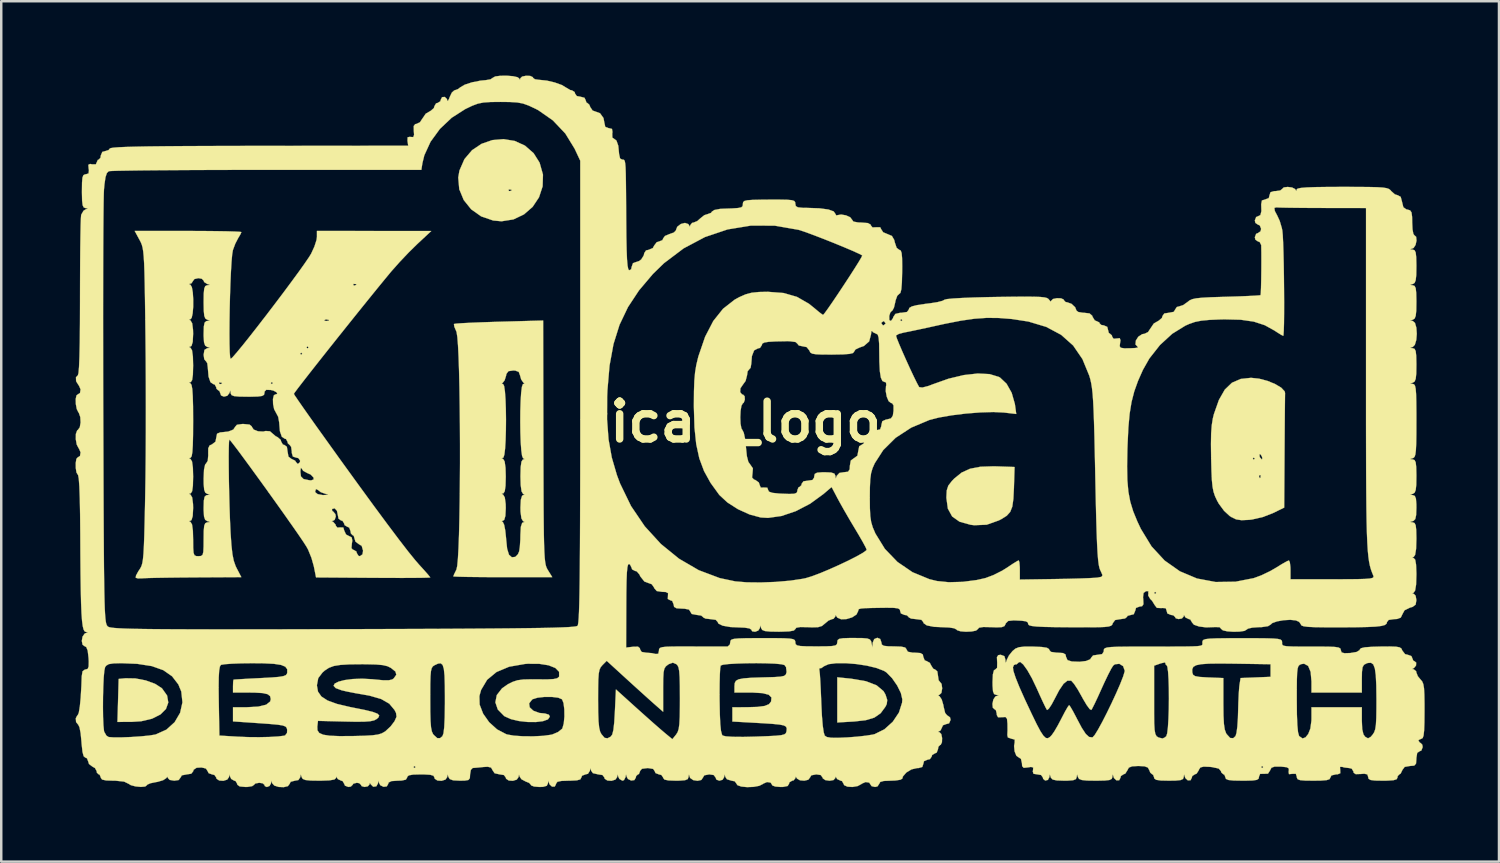
<source format=kicad_pcb>
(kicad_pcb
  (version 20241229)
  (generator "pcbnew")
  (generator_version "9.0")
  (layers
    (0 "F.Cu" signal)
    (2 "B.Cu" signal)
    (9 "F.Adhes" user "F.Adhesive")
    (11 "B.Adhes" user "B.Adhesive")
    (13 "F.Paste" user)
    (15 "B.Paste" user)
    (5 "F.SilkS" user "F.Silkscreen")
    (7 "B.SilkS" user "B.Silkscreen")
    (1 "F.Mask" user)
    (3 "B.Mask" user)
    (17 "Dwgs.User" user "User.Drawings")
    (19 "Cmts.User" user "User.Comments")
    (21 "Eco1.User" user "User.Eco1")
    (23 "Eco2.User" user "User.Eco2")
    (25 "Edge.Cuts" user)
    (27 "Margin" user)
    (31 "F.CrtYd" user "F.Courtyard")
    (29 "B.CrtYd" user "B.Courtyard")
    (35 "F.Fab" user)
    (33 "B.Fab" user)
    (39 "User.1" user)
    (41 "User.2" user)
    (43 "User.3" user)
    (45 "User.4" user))
  (footprint "kicad_logo"
    (layer "F.Cu")
    (at 26.418 13.974)
    (property "Reference" "kicad_logo" (at 0 0 0) (layer "F.SilkS") (effects (font (size 1.524 1.524) (thickness 0.3))))
    (attr through_hole)
    (fp_poly (pts (xy 4.887 10.364) (xy 5.475 10.465) (xy 5.907 10.632) (xy 6.185 10.866) (xy 6.265 11.007) (xy 6.334 11.223) (xy 6.314 11.387) (xy 6.259 11.497) (xy 6.066 11.758) (xy 5.813 11.933) (xy 5.465 12.038) (xy 4.999 12.09) (xy 4.318 12.129) (xy 4.318 10.306) (xy 4.887 10.364)) (stroke (width 0.01) (type solid)) (fill yes) (layer "F.SilkS"))
    (fp_poly (pts (xy -24.005 10.352) (xy -23.588 10.432) (xy -23.212 10.569) (xy -22.94 10.745) (xy -22.929 10.755) (xy -22.725 11.043) (xy -22.677 11.324) (xy -22.771 11.583) (xy -22.993 11.805) (xy -23.331 11.976) (xy -23.771 12.08) (xy -24.154 12.105) (xy -24.729 12.107) (xy -24.704 11.239) (xy -24.68 10.372) (xy -24.403 10.345) (xy -24.005 10.352)) (stroke (width 0.01) (type solid)) (fill yes) (layer "F.SilkS"))
    (fp_poly (pts (xy 10.774 1.796) (xy 11.472 1.82) (xy 11.446 2.666) (xy 11.424 3.107) (xy 11.381 3.416) (xy 11.297 3.63) (xy 11.158 3.786) (xy 10.944 3.921) (xy 10.837 3.976) (xy 10.348 4.149) (xy 9.843 4.17) (xy 9.694 4.151) (xy 9.254 4.029) (xy 8.953 3.817) (xy 8.78 3.501) (xy 8.721 3.068) (xy 8.721 3.041) (xy 8.735 2.765) (xy 8.798 2.572) (xy 8.945 2.383) (xy 9.041 2.284) (xy 9.335 2.046) (xy 9.674 1.891) (xy 10.094 1.81) (xy 10.63 1.792) (xy 10.774 1.796)) (stroke (width 0.01) (type solid)) (fill yes) (layer "F.SilkS"))
    (fp_poly (pts (xy -8.699 -11.337) (xy -8.286 -11.149) (xy -7.935 -10.842) (xy -7.694 -10.46) (xy -7.558 -9.978) (xy -7.572 -9.505) (xy -7.717 -9.064) (xy -7.973 -8.679) (xy -8.323 -8.374) (xy -8.748 -8.171) (xy -9.228 -8.095) (xy -9.567 -8.126) (xy -10.053 -8.293) (xy -10.455 -8.578) (xy -10.756 -8.953) (xy -10.928 -9.37) (xy -8.946 -9.37) (xy -8.935 -9.319) (xy -8.89 -9.313) (xy -8.82 -9.344) (xy -8.834 -9.37) (xy -8.934 -9.38) (xy -8.946 -9.37) (xy -10.928 -9.37) (xy -10.936 -9.389) (xy -10.977 -9.86) (xy -10.929 -10.14) (xy -10.727 -10.603) (xy -10.42 -10.964) (xy -10.035 -11.221) (xy -9.602 -11.371) (xy -9.147 -11.41) (xy -8.699 -11.337)) (stroke (width 0.01) (type solid)) (fill yes) (layer "F.SilkS"))
    (fp_poly (pts (xy 21.337 -1.744) (xy 21.675 -1.655) (xy 21.987 -1.527) (xy 22.232 -1.381) (xy 22.371 -1.232) (xy 22.387 -1.164) (xy 22.385 -1.042) (xy 22.382 -0.775) (xy 22.378 -0.387) (xy 22.374 0.099) (xy 22.37 0.658) (xy 22.366 1.221) (xy 22.352 3.459) (xy 21.891 3.684) (xy 21.488 3.839) (xy 21.055 3.939) (xy 20.939 3.953) (xy 20.629 3.967) (xy 20.412 3.934) (xy 20.216 3.839) (xy 20.151 3.797) (xy 19.926 3.589) (xy 19.712 3.299) (xy 19.643 3.175) (xy 19.56 2.997) (xy 19.501 2.823) (xy 19.461 2.619) (xy 19.434 2.35) (xy 19.427 2.201) (xy 21.336 2.201) (xy 21.367 2.271) (xy 21.392 2.258) (xy 21.403 2.157) (xy 21.392 2.145) (xy 21.342 2.157) (xy 21.336 2.201) (xy 19.427 2.201) (xy 19.417 1.982) (xy 19.404 1.482) (xy 21.082 1.482) (xy 21.124 1.524) (xy 21.167 1.482) (xy 21.124 1.439) (xy 21.082 1.482) (xy 19.404 1.482) (xy 19.404 1.48) (xy 19.404 1.46) (xy 19.403 1.4) (xy 21.358 1.4) (xy 21.375 1.434) (xy 21.456 1.521) (xy 21.47 1.46) (xy 21.45 1.393) (xy 21.388 1.301) (xy 21.359 1.303) (xy 21.358 1.4) (xy 19.403 1.4) (xy 19.397 0.897) (xy 19.404 0.466) (xy 19.429 0.134) (xy 19.472 -0.137) (xy 19.517 -0.318) (xy 19.718 -0.886) (xy 19.955 -1.302) (xy 20.243 -1.579) (xy 20.598 -1.733) (xy 21.013 -1.778) (xy 21.337 -1.744)) (stroke (width 0.01) (type solid)) (fill yes) (layer "F.SilkS"))
    (fp_poly (pts (xy -7.541 0.806) (xy -7.539 1.84) (xy -7.536 2.718) (xy -7.533 3.454) (xy -7.528 4.062) (xy -7.522 4.554) (xy -7.513 4.946) (xy -7.502 5.249) (xy -7.488 5.479) (xy -7.47 5.648) (xy -7.448 5.771) (xy -7.421 5.86) (xy -7.389 5.929) (xy -7.357 5.984) (xy -7.183 6.265) (xy -9.179 6.265) (xy -9.741 6.264) (xy -10.241 6.26) (xy -10.657 6.255) (xy -10.965 6.247) (xy -11.142 6.239) (xy -11.176 6.233) (xy -11.141 6.143) (xy -11.056 5.97) (xy -11.05 5.958) (xy -11.018 5.811) (xy -10.99 5.516) (xy -10.966 5.089) (xy -10.946 4.553) (xy -10.931 3.925) (xy -10.919 3.225) (xy -10.911 2.473) (xy -10.906 1.688) (xy -10.906 1.463) (xy -9.228 1.463) (xy -9.165 1.495) (xy -9.104 1.599) (xy -9.069 1.855) (xy -9.059 2.208) (xy -9.069 2.579) (xy -9.1 2.798) (xy -9.154 2.883) (xy -9.165 2.885) (xy -9.228 2.902) (xy -9.165 2.935) (xy -9.098 3.049) (xy -9.063 3.313) (xy -9.059 3.478) (xy -9.075 3.795) (xy -9.122 3.955) (xy -9.165 3.981) (xy -9.223 4.004) (xy -9.175 4.044) (xy -9.124 4.154) (xy -9.079 4.385) (xy -9.047 4.69) (xy -9.045 4.725) (xy -9.004 5.12) (xy -8.929 5.362) (xy -8.813 5.463) (xy -8.673 5.447) (xy -8.569 5.341) (xy -8.518 5.222) (xy -8.491 5.036) (xy -8.472 4.754) (xy -8.468 4.551) (xy -8.45 4.233) (xy -8.398 4.077) (xy -8.361 4.057) (xy -8.298 4.04) (xy -8.361 4.008) (xy -8.428 3.894) (xy -8.463 3.629) (xy -8.467 3.464) (xy -8.451 3.143) (xy -8.401 2.981) (xy -8.361 2.957) (xy -8.298 2.94) (xy -8.361 2.907) (xy -8.422 2.803) (xy -8.457 2.548) (xy -8.467 2.194) (xy -8.457 1.824) (xy -8.426 1.604) (xy -8.372 1.52) (xy -8.361 1.517) (xy -8.298 1.5) (xy -8.361 1.468) (xy -8.401 1.372) (xy -8.433 1.144) (xy -8.456 0.816) (xy -8.47 0.42) (xy -8.475 -0.009) (xy -8.472 -0.44) (xy -8.459 -0.84) (xy -8.438 -1.175) (xy -8.408 -1.414) (xy -8.369 -1.522) (xy -8.361 -1.525) (xy -8.303 -1.547) (xy -8.352 -1.589) (xy -8.438 -1.714) (xy -8.479 -1.863) (xy -8.535 -2.017) (xy -8.677 -2.071) (xy -8.763 -2.074) (xy -8.952 -2.046) (xy -9.033 -1.934) (xy -9.047 -1.863) (xy -9.105 -1.677) (xy -9.174 -1.589) (xy -9.222 -1.535) (xy -9.165 -1.525) (xy -9.125 -1.446) (xy -9.093 -1.23) (xy -9.07 -0.911) (xy -9.056 -0.522) (xy -9.05 -0.096) (xy -9.054 0.335) (xy -9.066 0.737) (xy -9.086 1.077) (xy -9.116 1.322) (xy -9.154 1.44) (xy -9.165 1.446) (xy -9.228 1.463) (xy -10.906 1.463) (xy -10.906 0.891) (xy -10.91 0.099) (xy -10.918 -0.666) (xy -10.929 -1.386) (xy -10.944 -2.041) (xy -10.963 -2.611) (xy -10.986 -3.078) (xy -11.013 -3.421) (xy -11.044 -3.621) (xy -11.055 -3.653) (xy -11.134 -3.836) (xy -11.151 -3.946) (xy -11.147 -3.951) (xy -11.054 -3.966) (xy -10.817 -3.983) (xy -10.462 -4.001) (xy -10.014 -4.019) (xy -9.499 -4.036) (xy -9.328 -4.041) (xy -7.551 -4.09) (xy -7.541 0.806)) (stroke (width 0.01) (type solid)) (fill yes) (layer "F.SilkS"))
    (fp_poly (pts (xy -21.297 -7.703) (xy -20.773 -7.698) (xy -20.332 -7.691) (xy -19.996 -7.681) (xy -19.787 -7.67) (xy -19.727 -7.659) (xy -19.769 -7.563) (xy -19.857 -7.416) (xy -19.974 -7.19) (xy -20.07 -6.932) (xy -20.099 -6.759) (xy -20.125 -6.462) (xy -20.149 -6.066) (xy -20.17 -5.599) (xy -20.187 -5.087) (xy -20.2 -4.559) (xy -20.208 -4.04) (xy -20.211 -3.559) (xy -20.208 -3.141) (xy -20.199 -2.814) (xy -20.182 -2.605) (xy -20.161 -2.54) (xy -20.086 -2.605) (xy -19.957 -2.752) (xy -17.357 -2.752) (xy -17.314 -2.709) (xy -17.272 -2.752) (xy -17.314 -2.794) (xy -17.357 -2.752) (xy -19.957 -2.752) (xy -19.926 -2.787) (xy -19.746 -3.006) (xy -17.103 -3.006) (xy -17.06 -2.963) (xy -17.018 -3.006) (xy -17.06 -3.048) (xy -17.103 -3.006) (xy -19.746 -3.006) (xy -19.696 -3.065) (xy -19.412 -3.421) (xy -19.088 -3.834) (xy -18.895 -4.084) (xy -16.389 -4.084) (xy -16.305 -4.071) (xy -16.196 -4.086) (xy -16.194 -4.115) (xy -16.308 -4.135) (xy -16.357 -4.122) (xy -16.389 -4.084) (xy -18.895 -4.084) (xy -18.74 -4.284) (xy -18.383 -4.752) (xy -18.032 -5.217) (xy -17.777 -5.56) (xy -15.212 -5.56) (xy -15.2 -5.509) (xy -15.155 -5.503) (xy -15.086 -5.534) (xy -15.099 -5.56) (xy -15.199 -5.57) (xy -15.212 -5.56) (xy -17.777 -5.56) (xy -17.703 -5.66) (xy -17.409 -6.061) (xy -17.168 -6.4) (xy -16.993 -6.657) (xy -16.912 -6.79) (xy -16.782 -7.073) (xy -16.697 -7.336) (xy -16.679 -7.462) (xy -16.679 -7.705) (xy -12.065 -7.703) (xy -12.632 -7.175) (xy -12.972 -6.841) (xy -13.341 -6.452) (xy -13.665 -6.088) (xy -13.694 -6.054) (xy -13.955 -5.738) (xy -14.274 -5.348) (xy -14.636 -4.901) (xy -15.028 -4.415) (xy -15.435 -3.907) (xy -15.845 -3.394) (xy -16.243 -2.894) (xy -16.615 -2.424) (xy -16.948 -2.001) (xy -17.227 -1.643) (xy -17.44 -1.367) (xy -17.572 -1.19) (xy -17.611 -1.13) (xy -17.564 -1.053) (xy -17.432 -0.859) (xy -17.23 -0.568) (xy -16.971 -0.2) (xy -16.671 0.223) (xy -16.539 0.407) (xy -15.746 1.513) (xy -15.03 2.502) (xy -14.395 3.372) (xy -13.843 4.118) (xy -13.377 4.738) (xy -12.999 5.228) (xy -12.711 5.583) (xy -12.558 5.759) (xy -12.346 5.992) (xy -12.187 6.173) (xy -12.111 6.269) (xy -12.107 6.277) (xy -12.188 6.284) (xy -12.417 6.29) (xy -12.772 6.294) (xy -13.23 6.296) (xy -13.771 6.295) (xy -14.373 6.292) (xy -14.411 6.292) (xy -16.715 6.276) (xy -16.805 5.825) (xy -16.9 5.488) (xy -17.035 5.156) (xy -17.1 5.037) (xy -17.221 4.848) (xy -17.415 4.562) (xy -17.667 4.2) (xy -17.806 4.003) (xy -16.086 4.003) (xy -16.023 4.035) (xy -15.925 4.146) (xy -15.917 4.19) (xy -15.853 4.266) (xy -15.748 4.258) (xy -15.613 4.262) (xy -15.579 4.383) (xy -15.504 4.544) (xy -15.398 4.6) (xy -15.275 4.662) (xy -15.251 4.793) (xy -15.269 4.906) (xy -15.285 5.094) (xy -15.224 5.162) (xy -15.196 5.165) (xy -15.085 5.232) (xy -15.071 5.292) (xy -15.003 5.404) (xy -14.944 5.419) (xy -14.842 5.345) (xy -14.817 5.199) (xy -14.873 5.003) (xy -14.986 4.935) (xy -15.124 4.832) (xy -15.155 4.731) (xy -15.193 4.599) (xy -15.24 4.572) (xy -15.309 4.501) (xy -15.325 4.403) (xy -15.378 4.265) (xy -15.452 4.233) (xy -15.564 4.166) (xy -15.579 4.106) (xy -15.646 3.994) (xy -15.706 3.979) (xy -15.808 3.906) (xy -15.833 3.773) (xy -15.872 3.588) (xy -15.963 3.488) (xy -16.068 3.514) (xy -16.071 3.517) (xy -16.063 3.595) (xy -16.023 3.617) (xy -15.935 3.722) (xy -15.917 3.817) (xy -15.964 3.954) (xy -16.023 3.986) (xy -16.086 4.003) (xy -17.806 4.003) (xy -17.962 3.781) (xy -18.286 3.325) (xy -18.625 2.852) (xy -18.639 2.831) (xy -16.753 2.831) (xy -16.649 2.915) (xy -16.45 2.952) (xy -16.399 2.952) (xy -16.235 2.941) (xy -16.231 2.924) (xy -16.341 2.901) (xy -16.525 2.836) (xy -16.611 2.767) (xy -16.697 2.713) (xy -16.726 2.727) (xy -16.753 2.831) (xy -18.639 2.831) (xy -18.964 2.381) (xy -19.237 2.005) (xy -17.347 2.005) (xy -17.325 2.2) (xy -17.218 2.307) (xy -16.987 2.355) (xy -16.915 2.361) (xy -16.811 2.323) (xy -16.818 2.243) (xy -16.933 2.124) (xy -17.065 2.066) (xy -17.234 1.974) (xy -17.3 1.876) (xy -17.327 1.85) (xy -17.345 1.969) (xy -17.347 2.005) (xy -19.237 2.005) (xy -19.29 1.932) (xy -19.588 1.525) (xy -19.843 1.18) (xy -20.043 0.917) (xy -20.171 0.755) (xy -20.214 0.713) (xy -20.228 0.81) (xy -20.236 1.048) (xy -20.24 1.401) (xy -20.238 1.84) (xy -20.232 2.338) (xy -20.221 2.868) (xy -20.207 3.401) (xy -20.19 3.91) (xy -20.169 4.369) (xy -20.163 4.49) (xy -20.129 4.98) (xy -20.089 5.339) (xy -20.035 5.605) (xy -19.961 5.816) (xy -19.916 5.908) (xy -19.73 6.265) (xy -21.613 6.275) (xy -22.174 6.279) (xy -22.689 6.285) (xy -23.13 6.292) (xy -23.469 6.3) (xy -23.678 6.308) (xy -23.719 6.312) (xy -23.903 6.316) (xy -23.992 6.29) (xy -23.979 6.198) (xy -23.887 6.029) (xy -23.852 5.979) (xy -23.801 5.9) (xy -23.759 5.814) (xy -23.725 5.699) (xy -23.699 5.539) (xy -23.678 5.314) (xy -23.661 5.005) (xy -23.646 4.592) (xy -23.632 4.059) (xy -23.617 3.385) (xy -23.609 2.963) (xy -23.597 2.228) (xy -23.588 1.363) (xy -23.583 0.41) (xy -23.582 -0.59) (xy -23.584 -1.597) (xy -23.589 -2.571) (xy -23.597 -3.387) (xy -23.608 -4.261) (xy -23.618 -4.983) (xy -23.628 -5.564) (xy -21.843 -5.564) (xy -21.78 -5.532) (xy -21.725 -5.433) (xy -21.688 -5.22) (xy -21.671 -4.942) (xy -21.672 -4.647) (xy -21.693 -4.384) (xy -21.733 -4.2) (xy -21.78 -4.142) (xy -21.843 -4.125) (xy -21.78 -4.093) (xy -21.713 -3.978) (xy -21.679 -3.714) (xy -21.675 -3.549) (xy -21.691 -3.228) (xy -21.74 -3.066) (xy -21.78 -3.041) (xy -21.843 -3.024) (xy -21.78 -2.992) (xy -21.719 -2.888) (xy -21.684 -2.632) (xy -21.675 -2.279) (xy -21.684 -1.908) (xy -21.715 -1.689) (xy -21.769 -1.604) (xy -21.78 -1.602) (xy -21.843 -1.585) (xy -21.78 -1.553) (xy -21.739 -1.489) (xy -21.709 -1.325) (xy -21.69 -1.043) (xy -21.678 -0.627) (xy -21.675 -0.059) (xy -21.675 -0.035) (xy -21.678 0.529) (xy -21.688 0.941) (xy -21.706 1.219) (xy -21.733 1.381) (xy -21.771 1.444) (xy -21.78 1.446) (xy -21.843 1.463) (xy -21.78 1.495) (xy -21.719 1.599) (xy -21.684 1.855) (xy -21.675 2.208) (xy -21.684 2.579) (xy -21.715 2.798) (xy -21.769 2.883) (xy -21.78 2.885) (xy -21.843 2.902) (xy -21.78 2.935) (xy -21.713 3.049) (xy -21.679 3.313) (xy -21.675 3.478) (xy -21.691 3.799) (xy -21.74 3.962) (xy -21.78 3.986) (xy -21.843 4.003) (xy -21.78 4.035) (xy -21.719 4.139) (xy -21.684 4.395) (xy -21.675 4.748) (xy -21.672 5.082) (xy -21.658 5.281) (xy -21.621 5.381) (xy -21.55 5.415) (xy -21.463 5.419) (xy -21.358 5.411) (xy -21.295 5.367) (xy -21.264 5.25) (xy -21.253 5.027) (xy -21.251 4.741) (xy -21.247 4.4) (xy -21.228 4.194) (xy -21.187 4.091) (xy -21.119 4.056) (xy -21.103 4.054) (xy -20.999 4.042) (xy -21.059 4.017) (xy -21.103 4.006) (xy -21.189 3.951) (xy -21.235 3.817) (xy -21.251 3.566) (xy -21.251 3.465) (xy -21.243 3.178) (xy -21.212 3.023) (xy -21.145 2.961) (xy -21.103 2.954) (xy -20.999 2.942) (xy -21.059 2.917) (xy -21.103 2.905) (xy -21.184 2.856) (xy -21.229 2.737) (xy -21.249 2.51) (xy -21.251 2.287) (xy -21.236 1.928) (xy -21.191 1.722) (xy -21.149 1.673) (xy -21.084 1.569) (xy -21.065 1.339) (xy -21.067 1.296) (xy -21.065 1.066) (xy -21.01 0.951) (xy -20.915 0.908) (xy -20.774 0.799) (xy -20.743 0.643) (xy -20.709 0.476) (xy -20.58 0.423) (xy -20.553 0.422) (xy -20.259 0.391) (xy -20.055 0.311) (xy -19.981 0.202) (xy -19.91 0.117) (xy -19.689 0.085) (xy -19.643 0.085) (xy -19.399 0.109) (xy -19.306 0.185) (xy -19.304 0.202) (xy -19.231 0.31) (xy -19.057 0.379) (xy -18.849 0.391) (xy -18.748 0.367) (xy -18.575 0.379) (xy -18.509 0.436) (xy -18.347 0.576) (xy -18.267 0.616) (xy -18.142 0.724) (xy -18.119 0.802) (xy -18.052 0.916) (xy -17.992 0.931) (xy -17.892 1.005) (xy -17.865 1.193) (xy -17.828 1.403) (xy -17.702 1.498) (xy -17.695 1.499) (xy -17.558 1.566) (xy -17.526 1.619) (xy -17.461 1.691) (xy -17.441 1.693) (xy -17.366 1.625) (xy -17.357 1.566) (xy -17.427 1.463) (xy -17.526 1.439) (xy -17.65 1.399) (xy -17.694 1.251) (xy -17.695 1.185) (xy -17.72 1.007) (xy -17.779 0.931) (xy -17.78 0.931) (xy -17.855 0.863) (xy -17.865 0.804) (xy -17.927 0.692) (xy -17.982 0.677) (xy -18.097 0.598) (xy -18.173 0.376) (xy -18.202 0.036) (xy -18.202 0.027) (xy -18.242 -0.204) (xy -18.33 -0.369) (xy -18.406 -0.511) (xy -18.448 -0.717) (xy -18.454 -0.922) (xy -18.419 -1.068) (xy -18.373 -1.101) (xy -18.279 -1.13) (xy -18.309 -1.195) (xy -18.431 -1.261) (xy -18.542 -1.288) (xy -18.724 -1.294) (xy -18.791 -1.224) (xy -18.796 -1.171) (xy -18.814 -1.093) (xy -18.891 -1.047) (xy -19.06 -1.024) (xy -19.355 -1.016) (xy -19.473 -1.016) (xy -19.815 -1.021) (xy -20.021 -1.04) (xy -20.124 -1.08) (xy -20.159 -1.149) (xy -20.16 -1.164) (xy -20.172 -1.269) (xy -20.197 -1.208) (xy -20.209 -1.164) (xy -20.297 -1.053) (xy -20.434 -1.019) (xy -20.548 -1.067) (xy -20.574 -1.143) (xy -20.62 -1.256) (xy -20.659 -1.27) (xy -20.734 -1.339) (xy -20.743 -1.397) (xy -20.806 -1.509) (xy -20.86 -1.524) (xy -20.942 -1.58) (xy -20.63 -1.58) (xy -20.619 -1.53) (xy -20.574 -1.524) (xy -20.504 -1.555) (xy -20.51 -1.566) (xy -18.542 -1.566) (xy -18.5 -1.524) (xy -18.457 -1.566) (xy -18.5 -1.609) (xy -18.542 -1.566) (xy -20.51 -1.566) (xy -20.518 -1.58) (xy -20.618 -1.591) (xy -20.63 -1.58) (xy -20.942 -1.58) (xy -20.976 -1.603) (xy -21.052 -1.826) (xy -21.081 -2.17) (xy -21.081 -2.18) (xy -21.104 -2.367) (xy -21.16 -2.455) (xy -21.167 -2.455) (xy -21.226 -2.529) (xy -21.251 -2.706) (xy -21.251 -2.709) (xy -21.218 -2.906) (xy -21.106 -2.973) (xy -21.103 -2.973) (xy -20.999 -2.985) (xy -21.059 -3.01) (xy -21.103 -3.022) (xy -21.189 -3.077) (xy -21.235 -3.21) (xy -21.251 -3.461) (xy -21.251 -3.562) (xy -21.243 -3.849) (xy -21.212 -4.004) (xy -21.145 -4.066) (xy -21.103 -4.074) (xy -20.999 -4.086) (xy -21.059 -4.111) (xy -21.103 -4.122) (xy -21.179 -4.167) (xy -21.224 -4.274) (xy -21.245 -4.479) (xy -21.251 -4.818) (xy -21.251 -4.832) (xy -21.247 -5.172) (xy -21.227 -5.376) (xy -21.186 -5.478) (xy -21.117 -5.512) (xy -21.103 -5.513) (xy -20.999 -5.525) (xy -21.059 -5.55) (xy -21.103 -5.562) (xy -21.229 -5.642) (xy -21.251 -5.7) (xy -21.324 -5.775) (xy -21.463 -5.8) (xy -21.622 -5.764) (xy -21.675 -5.694) (xy -21.742 -5.591) (xy -21.78 -5.581) (xy -21.843 -5.564) (xy -23.628 -5.564) (xy -23.628 -5.569) (xy -23.639 -6.035) (xy -23.652 -6.397) (xy -23.669 -6.673) (xy -23.689 -6.879) (xy -23.714 -7.031) (xy -23.745 -7.145) (xy -23.783 -7.24) (xy -23.829 -7.33) (xy -23.838 -7.345) (xy -24.033 -7.705) (xy -21.88 -7.705) (xy -21.297 -7.703)) (stroke (width 0.01) (type solid)) (fill yes) (layer "F.SilkS"))
    (fp_poly (pts (xy 21.218 8.729) (xy 21.629 8.733) (xy 21.917 8.742) (xy 22.102 8.759) (xy 22.207 8.785) (xy 22.255 8.825) (xy 22.267 8.879) (xy 22.267 8.893) (xy 22.267 8.957) (xy 22.283 9.003) (xy 22.337 9.034) (xy 22.453 9.053) (xy 22.656 9.063) (xy 22.968 9.067) (xy 23.412 9.068) (xy 23.728 9.067) (xy 24.133 9.07) (xy 24.398 9.081) (xy 24.551 9.106) (xy 24.622 9.149) (xy 24.638 9.212) (xy 24.667 9.301) (xy 24.781 9.335) (xy 25.019 9.327) (xy 25.276 9.283) (xy 25.395 9.209) (xy 25.4 9.187) (xy 25.449 9.133) (xy 25.608 9.096) (xy 25.9 9.075) (xy 26.236 9.066) (xy 26.62 9.063) (xy 26.868 9.072) (xy 27.011 9.098) (xy 27.083 9.147) (xy 27.117 9.225) (xy 27.117 9.226) (xy 27.231 9.372) (xy 27.339 9.398) (xy 27.484 9.449) (xy 27.517 9.525) (xy 27.562 9.638) (xy 27.601 9.652) (xy 27.677 9.711) (xy 27.672 9.831) (xy 27.592 9.929) (xy 27.58 9.935) (xy 27.518 9.973) (xy 27.58 9.984) (xy 27.675 10.059) (xy 27.686 10.114) (xy 27.744 10.262) (xy 27.851 10.392) (xy 27.919 10.471) (xy 27.965 10.58) (xy 27.994 10.749) (xy 28.008 11.01) (xy 28.014 11.393) (xy 28.014 11.665) (xy 28.01 12.132) (xy 27.998 12.454) (xy 27.976 12.654) (xy 27.941 12.756) (xy 27.891 12.785) (xy 27.783 12.832) (xy 27.771 12.869) (xy 27.835 12.952) (xy 27.855 12.954) (xy 27.924 13.025) (xy 27.94 13.123) (xy 27.887 13.261) (xy 27.813 13.293) (xy 27.719 13.357) (xy 27.686 13.562) (xy 27.686 13.589) (xy 27.672 13.788) (xy 27.6 13.87) (xy 27.424 13.885) (xy 27.214 13.922) (xy 27.12 14.048) (xy 27.118 14.055) (xy 27.051 14.192) (xy 26.999 14.224) (xy 26.932 14.293) (xy 26.924 14.351) (xy 26.889 14.42) (xy 26.764 14.459) (xy 26.517 14.476) (xy 26.331 14.478) (xy 26.018 14.473) (xy 25.838 14.45) (xy 25.757 14.402) (xy 25.739 14.326) (xy 25.707 14.225) (xy 25.584 14.197) (xy 25.442 14.208) (xy 25.237 14.214) (xy 25.154 14.158) (xy 25.146 14.106) (xy 25.076 13.993) (xy 24.984 13.97) (xy 24.775 13.945) (xy 24.693 13.921) (xy 24.604 13.921) (xy 24.611 14.045) (xy 24.612 14.048) (xy 24.616 14.178) (xy 24.507 14.222) (xy 24.436 14.224) (xy 24.259 14.266) (xy 24.215 14.351) (xy 24.183 14.416) (xy 24.067 14.455) (xy 23.837 14.474) (xy 23.537 14.478) (xy 23.199 14.474) (xy 22.996 14.457) (xy 22.895 14.419) (xy 22.862 14.352) (xy 22.86 14.317) (xy 22.822 14.2) (xy 22.683 14.202) (xy 22.677 14.203) (xy 22.545 14.214) (xy 22.529 14.121) (xy 22.536 14.089) (xy 22.539 13.988) (xy 22.454 13.935) (xy 22.243 13.912) (xy 22.202 13.91) (xy 21.96 13.911) (xy 21.836 13.958) (xy 21.781 14.066) (xy 21.698 14.194) (xy 21.536 14.201) (xy 21.381 14.203) (xy 21.336 14.311) (xy 21.336 14.32) (xy 21.319 14.399) (xy 21.244 14.446) (xy 21.08 14.47) (xy 20.79 14.478) (xy 20.659 14.478) (xy 20.311 14.472) (xy 20.103 14.45) (xy 20.003 14.407) (xy 19.981 14.351) (xy 19.939 14.238) (xy 19.903 14.224) (xy 19.82 14.154) (xy 19.797 14.089) (xy 19.714 13.992) (xy 19.496 13.936) (xy 19.42 13.928) (xy 21.421 13.928) (xy 21.463 13.97) (xy 21.505 13.928) (xy 21.463 13.885) (xy 21.421 13.928) (xy 19.42 13.928) (xy 19.359 13.921) (xy 19.106 13.911) (xy 18.973 13.943) (xy 18.913 14.029) (xy 18.905 14.057) (xy 18.819 14.193) (xy 18.744 14.224) (xy 18.64 14.292) (xy 18.627 14.351) (xy 18.574 14.46) (xy 18.462 14.465) (xy 18.362 14.373) (xy 18.346 14.33) (xy 18.314 14.225) (xy 18.301 14.286) (xy 18.298 14.33) (xy 18.269 14.409) (xy 18.171 14.454) (xy 17.969 14.474) (xy 17.695 14.478) (xy 17.373 14.471) (xy 17.189 14.444) (xy 17.111 14.391) (xy 17.103 14.351) (xy 17.062 14.238) (xy 17.028 14.224) (xy 16.949 14.154) (xy 16.909 14.055) (xy 16.85 13.948) (xy 16.715 13.898) (xy 16.468 13.885) (xy 16.215 13.899) (xy 16.083 13.951) (xy 16.027 14.055) (xy 15.941 14.192) (xy 15.865 14.224) (xy 15.761 14.292) (xy 15.748 14.351) (xy 15.695 14.46) (xy 15.583 14.465) (xy 15.484 14.373) (xy 15.468 14.33) (xy 15.436 14.225) (xy 15.422 14.286) (xy 15.419 14.33) (xy 15.393 14.405) (xy 15.303 14.45) (xy 15.116 14.471) (xy 14.799 14.478) (xy 14.738 14.478) (xy 14.395 14.473) (xy 14.185 14.451) (xy 14.075 14.407) (xy 14.029 14.333) (xy 14.028 14.33) (xy 13.996 14.225) (xy 13.983 14.286) (xy 13.98 14.33) (xy 13.947 14.414) (xy 13.836 14.46) (xy 13.611 14.477) (xy 13.468 14.478) (xy 13.175 14.468) (xy 13.011 14.433) (xy 12.938 14.36) (xy 12.928 14.33) (xy 12.896 14.225) (xy 12.882 14.286) (xy 12.879 14.33) (xy 12.818 14.447) (xy 12.707 14.473) (xy 12.624 14.403) (xy 12.615 14.351) (xy 12.541 14.249) (xy 12.394 14.224) (xy 12.236 14.2) (xy 12.206 14.103) (xy 12.216 14.059) (xy 12.224 13.947) (xy 12.135 13.923) (xy 12.014 13.942) (xy 11.841 13.96) (xy 11.777 13.89) (xy 11.769 13.769) (xy 11.729 13.596) (xy 11.651 13.547) (xy 11.545 13.473) (xy 11.473 13.295) (xy 11.452 13.076) (xy 11.475 12.947) (xy 11.478 12.82) (xy 11.351 12.785) (xy 11.346 12.785) (xy 11.201 12.734) (xy 11.18 12.636) (xy 11.188 12.452) (xy 11.186 12.204) (xy 11.186 12.183) (xy 11.167 11.982) (xy 11.106 11.908) (xy 10.966 11.917) (xy 10.964 11.917) (xy 10.806 11.921) (xy 10.754 11.825) (xy 10.753 11.779) (xy 10.719 11.636) (xy 10.668 11.599) (xy 10.594 11.533) (xy 10.579 11.38) (xy 10.615 11.207) (xy 10.694 11.084) (xy 10.732 11.065) (xy 10.836 11.033) (xy 10.776 11.02) (xy 10.732 11.016) (xy 10.647 10.984) (xy 10.602 10.874) (xy 10.585 10.651) (xy 10.583 10.499) (xy 10.597 10.188) (xy 10.639 10.026) (xy 10.693 9.991) (xy 10.767 9.925) (xy 10.767 9.905) (xy 11.406 9.905) (xy 11.425 10.05) (xy 11.514 10.322) (xy 11.666 10.7) (xy 11.872 11.163) (xy 11.902 11.228) (xy 12.162 11.781) (xy 12.363 12.195) (xy 12.518 12.486) (xy 12.638 12.667) (xy 12.734 12.755) (xy 12.818 12.765) (xy 12.902 12.712) (xy 12.974 12.636) (xy 13.078 12.487) (xy 13.222 12.239) (xy 13.369 11.959) (xy 13.505 11.697) (xy 13.614 11.508) (xy 13.672 11.43) (xy 13.674 11.43) (xy 13.728 11.5) (xy 13.834 11.683) (xy 13.97 11.942) (xy 13.978 11.959) (xy 14.183 12.345) (xy 14.344 12.59) (xy 14.478 12.713) (xy 14.599 12.731) (xy 14.626 12.723) (xy 14.709 12.63) (xy 14.843 12.412) (xy 15.012 12.103) (xy 15.201 11.732) (xy 15.395 11.333) (xy 15.578 10.936) (xy 15.736 10.574) (xy 15.852 10.277) (xy 15.912 10.079) (xy 15.917 10.038) (xy 15.852 9.857) (xy 15.822 9.838) (xy 17.103 9.838) (xy 17.103 11.263) (xy 17.103 11.787) (xy 17.107 12.166) (xy 17.122 12.426) (xy 17.152 12.591) (xy 17.202 12.685) (xy 17.28 12.735) (xy 17.39 12.763) (xy 17.446 12.775) (xy 17.537 12.732) (xy 17.594 12.683) (xy 17.631 12.567) (xy 17.66 12.325) (xy 17.681 11.988) (xy 17.695 11.591) (xy 17.7 11.168) (xy 17.697 10.751) (xy 17.685 10.375) (xy 17.665 10.072) (xy 17.652 9.983) (xy 18.64 9.983) (xy 18.644 10.11) (xy 18.674 10.203) (xy 18.758 10.259) (xy 18.932 10.291) (xy 19.234 10.31) (xy 19.283 10.312) (xy 19.897 10.337) (xy 19.897 11.373) (xy 19.902 11.851) (xy 19.92 12.189) (xy 19.954 12.417) (xy 20.008 12.563) (xy 20.028 12.596) (xy 20.173 12.755) (xy 20.296 12.762) (xy 20.388 12.678) (xy 20.427 12.551) (xy 20.461 12.298) (xy 20.484 11.959) (xy 20.491 11.725) (xy 20.502 11.331) (xy 20.508 11.207) (xy 22.86 11.207) (xy 22.865 11.8) (xy 22.882 12.235) (xy 22.91 12.52) (xy 22.95 12.667) (xy 22.962 12.683) (xy 23.094 12.774) (xy 23.212 12.73) (xy 23.321 12.596) (xy 23.408 12.375) (xy 23.451 12.055) (xy 23.453 11.961) (xy 23.453 11.515) (xy 25.485 11.515) (xy 25.485 12.055) (xy 25.5 12.4) (xy 25.551 12.612) (xy 25.621 12.708) (xy 25.735 12.769) (xy 25.841 12.712) (xy 25.918 12.624) (xy 25.981 12.528) (xy 26.025 12.403) (xy 26.053 12.218) (xy 26.068 11.944) (xy 26.074 11.552) (xy 26.075 11.188) (xy 26.068 10.631) (xy 26.048 10.224) (xy 26.01 9.949) (xy 25.947 9.787) (xy 25.855 9.72) (xy 25.729 9.728) (xy 25.674 9.746) (xy 25.571 9.802) (xy 25.514 9.901) (xy 25.49 10.088) (xy 25.485 10.369) (xy 25.485 10.922) (xy 23.453 10.922) (xy 23.453 10.473) (xy 23.419 10.087) (xy 23.318 9.847) (xy 23.155 9.758) (xy 23.044 9.774) (xy 22.976 9.803) (xy 22.927 9.854) (xy 22.894 9.953) (xy 22.874 10.127) (xy 22.864 10.399) (xy 22.86 10.795) (xy 22.86 11.207) (xy 20.508 11.207) (xy 20.518 10.971) (xy 20.538 10.699) (xy 20.549 10.608) (xy 20.592 10.336) (xy 21.197 10.312) (xy 21.802 10.287) (xy 21.802 9.779) (xy 20.331 9.756) (xy 19.744 9.75) (xy 19.306 9.756) (xy 18.997 9.778) (xy 18.796 9.82) (xy 18.684 9.887) (xy 18.64 9.983) (xy 17.652 9.983) (xy 17.637 9.877) (xy 17.606 9.821) (xy 17.554 9.77) (xy 17.566 9.74) (xy 17.536 9.706) (xy 17.382 9.741) (xy 17.36 9.748) (xy 17.103 9.838) (xy 15.822 9.838) (xy 15.699 9.762) (xy 15.522 9.781) (xy 15.452 9.834) (xy 15.374 9.957) (xy 15.249 10.196) (xy 15.097 10.514) (xy 14.988 10.753) (xy 14.834 11.094) (xy 14.7 11.378) (xy 14.604 11.567) (xy 14.568 11.625) (xy 14.502 11.588) (xy 14.384 11.429) (xy 14.236 11.181) (xy 14.187 11.09) (xy 14.024 10.801) (xy 13.875 10.575) (xy 13.767 10.451) (xy 13.75 10.441) (xy 13.604 10.443) (xy 13.448 10.568) (xy 13.27 10.831) (xy 13.102 11.152) (xy 12.966 11.406) (xy 12.853 11.575) (xy 12.784 11.626) (xy 12.78 11.623) (xy 12.723 11.522) (xy 12.616 11.301) (xy 12.476 10.997) (xy 12.367 10.753) (xy 12.171 10.342) (xy 11.985 10.015) (xy 11.823 9.79) (xy 11.697 9.685) (xy 11.62 9.718) (xy 11.616 9.73) (xy 11.542 9.789) (xy 11.517 9.78) (xy 11.445 9.814) (xy 11.406 9.905) (xy 10.767 9.905) (xy 10.771 9.717) (xy 10.769 9.694) (xy 10.76 9.495) (xy 10.812 9.412) (xy 10.913 9.398) (xy 11.061 9.453) (xy 11.101 9.588) (xy 11.113 9.716) (xy 11.135 9.68) (xy 11.154 9.61) (xy 11.243 9.429) (xy 11.388 9.248) (xy 11.508 9.148) (xy 11.651 9.092) (xy 11.865 9.068) (xy 12.196 9.067) (xy 12.225 9.068) (xy 12.573 9.083) (xy 12.777 9.115) (xy 12.863 9.168) (xy 12.869 9.197) (xy 12.942 9.281) (xy 13.165 9.313) (xy 13.208 9.313) (xy 13.43 9.328) (xy 13.529 9.386) (xy 13.547 9.477) (xy 13.607 9.613) (xy 13.78 9.668) (xy 14.096 9.68) (xy 14.359 9.648) (xy 14.526 9.579) (xy 14.563 9.516) (xy 14.639 9.425) (xy 14.817 9.398) (xy 15.003 9.371) (xy 15.068 9.271) (xy 15.071 9.233) (xy 15.078 9.176) (xy 15.116 9.134) (xy 15.207 9.104) (xy 15.372 9.085) (xy 15.634 9.074) (xy 16.014 9.069) (xy 16.537 9.067) (xy 16.701 9.067) (xy 17.394 9.067) (xy 17.937 9.066) (xy 18.347 9.064) (xy 18.643 9.059) (xy 18.843 9.05) (xy 18.966 9.035) (xy 19.029 9.012) (xy 19.052 8.982) (xy 19.053 8.941) (xy 19.05 8.894) (xy 19.058 8.837) (xy 19.096 8.795) (xy 19.188 8.765) (xy 19.354 8.746) (xy 19.619 8.735) (xy 20.003 8.73) (xy 20.53 8.729) (xy 20.659 8.729) (xy 21.218 8.729)) (stroke (width 0.01) (type solid)) (fill yes) (layer "F.SilkS"))
    (fp_poly (pts (xy -8.772 -13.95) (xy -8.586 -13.909) (xy -8.523 -13.864) (xy -8.484 -13.802) (xy -8.473 -13.864) (xy -8.4 -13.934) (xy -8.242 -13.967) (xy -8.072 -13.96) (xy -7.967 -13.911) (xy -7.959 -13.885) (xy -7.885 -13.827) (xy -7.706 -13.801) (xy -7.693 -13.801) (xy -7.402 -13.771) (xy -7.08 -13.695) (xy -6.797 -13.593) (xy -6.619 -13.486) (xy -6.461 -13.392) (xy -6.386 -13.377) (xy -6.279 -13.309) (xy -6.265 -13.25) (xy -6.192 -13.148) (xy -6.054 -13.123) (xy -5.883 -13.079) (xy -5.842 -12.996) (xy -5.802 -12.884) (xy -5.767 -12.869) (xy -5.688 -12.799) (xy -5.648 -12.7) (xy -5.553 -12.562) (xy -5.463 -12.531) (xy -5.256 -12.455) (xy -5.116 -12.262) (xy -5.08 -12.071) (xy -5.044 -11.904) (xy -4.914 -11.854) (xy -4.901 -11.853) (xy -4.773 -11.822) (xy -4.753 -11.696) (xy -4.762 -11.642) (xy -4.759 -11.472) (xy -4.697 -11.43) (xy -4.593 -11.352) (xy -4.519 -11.142) (xy -4.489 -10.836) (xy -4.488 -10.816) (xy -4.447 -10.63) (xy -4.36 -10.583) (xy -4.318 -10.583) (xy -4.285 -10.57) (xy -4.259 -10.527) (xy -4.24 -10.435) (xy -4.226 -10.276) (xy -4.217 -10.032) (xy -4.211 -9.684) (xy -4.206 -9.215) (xy -4.202 -8.607) (xy -4.199 -8.135) (xy -4.193 -7.461) (xy -4.182 -6.941) (xy -4.167 -6.562) (xy -4.145 -6.307) (xy -4.116 -6.164) (xy -4.084 -6.117) (xy -4 -6.156) (xy -3.979 -6.258) (xy -3.926 -6.404) (xy -3.846 -6.435) (xy -3.678 -6.491) (xy -3.592 -6.556) (xy -3.49 -6.72) (xy -3.471 -6.81) (xy -3.4 -6.919) (xy -3.294 -6.943) (xy -3.125 -7.015) (xy -3.073 -7.112) (xy -2.969 -7.25) (xy -2.869 -7.281) (xy -2.737 -7.334) (xy -2.709 -7.402) (xy -2.636 -7.502) (xy -2.459 -7.577) (xy -2.455 -7.578) (xy -2.278 -7.641) (xy -2.201 -7.716) (xy -2.201 -7.717) (xy -2.14 -7.873) (xy -1.996 -7.985) (xy -1.828 -8.029) (xy -1.694 -7.983) (xy -1.665 -7.938) (xy -1.626 -7.875) (xy -1.615 -7.938) (xy -1.54 -8.031) (xy -1.481 -8.043) (xy -1.332 -8.103) (xy -1.208 -8.213) (xy -1.046 -8.342) (xy -0.92 -8.382) (xy -0.777 -8.434) (xy -0.742 -8.485) (xy -0.64 -8.551) (xy -0.416 -8.594) (xy -0.29 -8.601) (xy 0.081 -8.614) (xy 0.314 -8.63) (xy 0.442 -8.657) (xy 0.496 -8.704) (xy 0.508 -8.778) (xy 0.508 -8.8) (xy 0.519 -8.868) (xy 0.571 -8.914) (xy 0.69 -8.943) (xy 0.904 -8.959) (xy 1.241 -8.966) (xy 1.566 -8.969) (xy 2.006 -8.969) (xy 2.303 -8.963) (xy 2.486 -8.946) (xy 2.582 -8.914) (xy 2.619 -8.863) (xy 2.625 -8.805) (xy 2.644 -8.709) (xy 2.729 -8.658) (xy 2.918 -8.638) (xy 3.111 -8.635) (xy 3.602 -8.618) (xy 3.96 -8.57) (xy 4.174 -8.493) (xy 4.233 -8.408) (xy 4.278 -8.33) (xy 4.32 -8.341) (xy 4.473 -8.368) (xy 4.67 -8.334) (xy 4.839 -8.258) (xy 4.911 -8.164) (xy 4.969 -8.083) (xy 5.16 -8.047) (xy 5.292 -8.043) (xy 5.553 -8.023) (xy 5.666 -7.959) (xy 5.673 -7.928) (xy 5.74 -7.847) (xy 5.884 -7.853) (xy 6.05 -7.853) (xy 6.096 -7.764) (xy 6.171 -7.651) (xy 6.341 -7.58) (xy 6.523 -7.503) (xy 6.616 -7.343) (xy 6.642 -7.234) (xy 6.714 -7.024) (xy 6.819 -6.943) (xy 6.821 -6.943) (xy 6.878 -6.915) (xy 6.914 -6.814) (xy 6.933 -6.613) (xy 6.938 -6.283) (xy 6.936 -6.054) (xy 6.925 -5.628) (xy 6.903 -5.351) (xy 6.865 -5.203) (xy 6.818 -5.165) (xy 6.738 -5.089) (xy 6.67 -4.899) (xy 6.656 -4.826) (xy 6.606 -4.614) (xy 6.546 -4.496) (xy 6.528 -4.487) (xy 6.459 -4.415) (xy 6.414 -4.276) (xy 6.418 -4.107) (xy 6.484 -4.072) (xy 6.509 -4.106) (xy 6.858 -4.106) (xy 6.9 -4.064) (xy 6.943 -4.106) (xy 6.9 -4.149) (xy 6.858 -4.106) (xy 6.509 -4.106) (xy 6.564 -4.183) (xy 6.579 -4.233) (xy 6.662 -4.357) (xy 6.849 -4.401) (xy 6.91 -4.403) (xy 7.129 -4.435) (xy 7.197 -4.52) (xy 7.226 -4.599) (xy 7.33 -4.66) (xy 7.538 -4.712) (xy 7.875 -4.763) (xy 8.086 -4.789) (xy 8.364 -4.833) (xy 8.569 -4.887) (xy 8.646 -4.93) (xy 8.743 -4.955) (xy 8.989 -4.979) (xy 9.361 -5.001) (xy 9.841 -5.02) (xy 10.405 -5.035) (xy 10.739 -5.041) (xy 11.383 -5.05) (xy 11.879 -5.054) (xy 12.246 -5.051) (xy 12.505 -5.042) (xy 12.677 -5.024) (xy 12.783 -4.997) (xy 12.841 -4.959) (xy 12.865 -4.928) (xy 12.932 -4.853) (xy 12.951 -4.889) (xy 13.022 -4.959) (xy 13.179 -4.992) (xy 13.348 -4.986) (xy 13.454 -4.937) (xy 13.462 -4.911) (xy 13.531 -4.837) (xy 13.595 -4.826) (xy 13.768 -4.765) (xy 13.917 -4.626) (xy 13.97 -4.493) (xy 14.045 -4.434) (xy 14.228 -4.404) (xy 14.274 -4.403) (xy 14.497 -4.377) (xy 14.604 -4.286) (xy 14.623 -4.233) (xy 14.708 -4.096) (xy 14.784 -4.064) (xy 14.89 -4.015) (xy 14.901 -3.979) (xy 14.972 -3.911) (xy 15.071 -3.895) (xy 15.212 -3.835) (xy 15.24 -3.725) (xy 15.275 -3.588) (xy 15.325 -3.556) (xy 15.401 -3.488) (xy 15.409 -3.437) (xy 15.47 -3.354) (xy 15.591 -3.365) (xy 15.718 -3.378) (xy 15.745 -3.291) (xy 15.73 -3.188) (xy 15.714 -3.056) (xy 15.756 -2.991) (xy 15.897 -2.969) (xy 16.12 -2.97) (xy 16.341 -2.981) (xy 16.452 -3.002) (xy 16.447 -3.019) (xy 16.351 -3.125) (xy 16.366 -3.282) (xy 16.465 -3.437) (xy 16.623 -3.54) (xy 16.718 -3.556) (xy 16.859 -3.625) (xy 16.91 -3.704) (xy 17.09 -3.97) (xy 17.293 -4.087) (xy 17.418 -4.195) (xy 17.441 -4.273) (xy 17.513 -4.375) (xy 17.695 -4.403) (xy 17.897 -4.441) (xy 17.949 -4.53) (xy 18.019 -4.636) (xy 18.103 -4.657) (xy 18.273 -4.712) (xy 18.447 -4.834) (xy 18.532 -4.901) (xy 18.64 -4.951) (xy 18.8 -4.986) (xy 19.038 -5.01) (xy 19.383 -5.029) (xy 19.863 -5.044) (xy 20.003 -5.048) (xy 20.465 -5.062) (xy 20.864 -5.078) (xy 21.171 -5.093) (xy 21.357 -5.107) (xy 21.398 -5.114) (xy 21.408 -5.203) (xy 21.417 -5.422) (xy 21.424 -5.733) (xy 21.429 -6.097) (xy 21.431 -6.476) (xy 21.43 -6.831) (xy 21.425 -7.123) (xy 21.425 -7.133) (xy 21.362 -7.259) (xy 21.294 -7.281) (xy 21.19 -7.352) (xy 21.167 -7.451) (xy 21.22 -7.589) (xy 21.294 -7.62) (xy 21.397 -7.691) (xy 21.421 -7.789) (xy 21.368 -7.927) (xy 21.294 -7.959) (xy 21.19 -8.029) (xy 21.167 -8.128) (xy 21.22 -8.266) (xy 21.294 -8.297) (xy 21.391 -8.344) (xy 21.432 -8.503) (xy 21.424 -8.784) (xy 21.453 -8.935) (xy 21.584 -8.975) (xy 21.73 -9.031) (xy 21.759 -9.144) (xy 21.799 -9.268) (xy 21.948 -9.312) (xy 22.013 -9.313) (xy 22.192 -9.338) (xy 22.267 -9.397) (xy 22.267 -9.398) (xy 22.336 -9.462) (xy 22.495 -9.481) (xy 22.671 -9.458) (xy 22.792 -9.397) (xy 22.804 -9.377) (xy 22.842 -9.314) (xy 22.853 -9.377) (xy 22.895 -9.413) (xy 23.026 -9.441) (xy 23.263 -9.461) (xy 23.622 -9.474) (xy 24.119 -9.481) (xy 24.704 -9.483) (xy 25.31 -9.482) (xy 25.769 -9.478) (xy 26.103 -9.47) (xy 26.335 -9.455) (xy 26.487 -9.431) (xy 26.581 -9.397) (xy 26.641 -9.35) (xy 26.67 -9.313) (xy 26.82 -9.181) (xy 26.937 -9.144) (xy 27.053 -9.081) (xy 27.108 -8.876) (xy 27.109 -8.869) (xy 27.16 -8.663) (xy 27.28 -8.576) (xy 27.326 -8.567) (xy 27.433 -8.535) (xy 27.49 -8.452) (xy 27.513 -8.276) (xy 27.517 -8.037) (xy 27.53 -7.769) (xy 27.564 -7.588) (xy 27.601 -7.535) (xy 27.676 -7.469) (xy 27.691 -7.316) (xy 27.654 -7.143) (xy 27.575 -7.02) (xy 27.538 -7.001) (xy 27.433 -6.969) (xy 27.494 -6.956) (xy 27.538 -6.952) (xy 27.613 -6.926) (xy 27.658 -6.836) (xy 27.679 -6.649) (xy 27.686 -6.332) (xy 27.686 -6.272) (xy 27.681 -5.928) (xy 27.659 -5.719) (xy 27.615 -5.608) (xy 27.541 -5.563) (xy 27.538 -5.562) (xy 27.433 -5.53) (xy 27.494 -5.516) (xy 27.538 -5.513) (xy 27.613 -5.487) (xy 27.658 -5.397) (xy 27.679 -5.21) (xy 27.686 -4.893) (xy 27.686 -4.832) (xy 27.681 -4.489) (xy 27.659 -4.279) (xy 27.615 -4.169) (xy 27.541 -4.123) (xy 27.538 -4.122) (xy 27.433 -4.09) (xy 27.494 -4.077) (xy 27.538 -4.074) (xy 27.63 -3.993) (xy 27.685 -3.802) (xy 27.702 -3.554) (xy 27.682 -3.305) (xy 27.624 -3.109) (xy 27.538 -3.022) (xy 27.433 -2.99) (xy 27.494 -2.976) (xy 27.538 -2.973) (xy 27.613 -2.947) (xy 27.658 -2.857) (xy 27.679 -2.67) (xy 27.686 -2.353) (xy 27.686 -2.292) (xy 27.681 -1.949) (xy 27.659 -1.739) (xy 27.615 -1.629) (xy 27.541 -1.583) (xy 27.538 -1.582) (xy 27.433 -1.55) (xy 27.494 -1.537) (xy 27.538 -1.534) (xy 27.591 -1.517) (xy 27.63 -1.461) (xy 27.657 -1.34) (xy 27.674 -1.133) (xy 27.682 -0.816) (xy 27.686 -0.366) (xy 27.686 -0.049) (xy 27.685 0.487) (xy 27.679 0.878) (xy 27.666 1.146) (xy 27.645 1.316) (xy 27.612 1.411) (xy 27.566 1.455) (xy 27.538 1.466) (xy 27.433 1.498) (xy 27.494 1.511) (xy 27.538 1.514) (xy 27.613 1.541) (xy 27.658 1.631) (xy 27.679 1.817) (xy 27.686 2.134) (xy 27.686 2.195) (xy 27.681 2.539) (xy 27.659 2.748) (xy 27.615 2.858) (xy 27.541 2.904) (xy 27.538 2.905) (xy 27.433 2.937) (xy 27.494 2.95) (xy 27.538 2.954) (xy 27.622 2.987) (xy 27.668 3.097) (xy 27.685 3.322) (xy 27.686 3.465) (xy 27.676 3.758) (xy 27.641 3.922) (xy 27.568 3.996) (xy 27.538 4.006) (xy 27.433 4.038) (xy 27.494 4.051) (xy 27.538 4.054) (xy 27.613 4.081) (xy 27.658 4.171) (xy 27.679 4.357) (xy 27.686 4.675) (xy 27.686 4.734) (xy 27.674 5.129) (xy 27.635 5.365) (xy 27.58 5.447) (xy 27.518 5.486) (xy 27.58 5.497) (xy 27.639 5.561) (xy 27.673 5.758) (xy 27.686 6.103) (xy 27.686 6.174) (xy 27.674 6.569) (xy 27.635 6.805) (xy 27.58 6.887) (xy 27.518 6.925) (xy 27.58 6.936) (xy 27.656 7.015) (xy 27.686 7.19) (xy 27.656 7.375) (xy 27.532 7.466) (xy 27.432 7.493) (xy 27.209 7.602) (xy 27.126 7.754) (xy 27.056 7.898) (xy 26.906 7.954) (xy 26.788 7.959) (xy 26.568 7.991) (xy 26.501 8.076) (xy 26.482 8.144) (xy 26.413 8.196) (xy 26.274 8.234) (xy 26.045 8.261) (xy 25.707 8.277) (xy 25.24 8.287) (xy 24.625 8.291) (xy 24.575 8.291) (xy 24.013 8.29) (xy 23.599 8.284) (xy 23.315 8.271) (xy 23.139 8.248) (xy 23.051 8.216) (xy 23.029 8.178) (xy 22.957 8.071) (xy 22.826 8.011) (xy 22.598 7.987) (xy 22.325 8.003) (xy 22.064 8.05) (xy 21.873 8.117) (xy 21.812 8.173) (xy 21.7 8.244) (xy 21.445 8.281) (xy 21.322 8.284) (xy 21.066 8.302) (xy 20.89 8.343) (xy 20.844 8.377) (xy 20.75 8.433) (xy 20.551 8.463) (xy 20.302 8.469) (xy 20.059 8.452) (xy 19.878 8.412) (xy 19.812 8.357) (xy 19.746 8.283) (xy 19.539 8.279) (xy 19.515 8.281) (xy 19.199 8.292) (xy 18.916 8.256) (xy 18.71 8.185) (xy 18.627 8.087) (xy 18.627 8.082) (xy 18.561 7.972) (xy 18.507 7.959) (xy 18.371 7.895) (xy 18.344 7.853) (xy 18.306 7.79) (xy 18.295 7.853) (xy 18.226 7.932) (xy 18.091 7.957) (xy 17.975 7.925) (xy 17.949 7.874) (xy 17.878 7.805) (xy 17.78 7.789) (xy 17.637 7.729) (xy 17.611 7.632) (xy 17.573 7.519) (xy 17.431 7.509) (xy 17.4 7.514) (xy 17.215 7.505) (xy 17.13 7.397) (xy 17.017 7.214) (xy 16.946 7.145) (xy 16.864 7.006) (xy 16.871 6.922) (xy 16.871 6.9) (xy 17.103 6.9) (xy 17.145 6.943) (xy 17.187 6.9) (xy 17.145 6.858) (xy 17.103 6.9) (xy 16.871 6.9) (xy 16.87 6.828) (xy 16.775 6.831) (xy 16.677 6.902) (xy 16.656 7.073) (xy 16.664 7.16) (xy 16.672 7.357) (xy 16.618 7.438) (xy 16.519 7.451) (xy 16.372 7.506) (xy 16.341 7.62) (xy 16.281 7.762) (xy 16.171 7.789) (xy 16.034 7.825) (xy 16.002 7.874) (xy 15.928 7.933) (xy 15.75 7.959) (xy 15.74 7.959) (xy 15.53 7.996) (xy 15.435 8.122) (xy 15.434 8.127) (xy 15.412 8.185) (xy 15.363 8.227) (xy 15.267 8.257) (xy 15.1 8.276) (xy 14.84 8.286) (xy 14.465 8.289) (xy 13.951 8.288) (xy 13.706 8.287) (xy 13.116 8.282) (xy 12.676 8.273) (xy 12.366 8.258) (xy 12.167 8.236) (xy 12.059 8.207) (xy 12.023 8.167) (xy 12.023 8.161) (xy 12.004 8.089) (xy 11.924 8.046) (xy 11.747 8.023) (xy 11.438 8.009) (xy 11.218 8.032) (xy 11.117 8.129) (xy 11.109 8.156) (xy 11.064 8.24) (xy 10.959 8.282) (xy 10.754 8.292) (xy 10.529 8.283) (xy 10.211 8.277) (xy 10.039 8.304) (xy 9.99 8.361) (xy 9.917 8.422) (xy 9.736 8.458) (xy 9.508 8.468) (xy 9.293 8.451) (xy 9.152 8.406) (xy 9.129 8.379) (xy 9.035 8.329) (xy 8.827 8.296) (xy 8.677 8.29) (xy 8.223 8.27) (xy 7.931 8.213) (xy 7.798 8.119) (xy 7.789 8.079) (xy 7.714 7.988) (xy 7.493 7.959) (xy 7.297 7.937) (xy 7.199 7.885) (xy 7.197 7.874) (xy 7.126 7.805) (xy 7.027 7.789) (xy 6.885 7.729) (xy 6.858 7.64) (xy 6.84 7.568) (xy 6.765 7.525) (xy 6.6 7.504) (xy 6.315 7.5) (xy 6.117 7.502) (xy 5.705 7.509) (xy 5.433 7.517) (xy 5.272 7.531) (xy 5.193 7.554) (xy 5.167 7.589) (xy 5.165 7.626) (xy 5.093 7.773) (xy 4.917 7.888) (xy 4.691 7.957) (xy 4.473 7.965) (xy 4.318 7.898) (xy 4.289 7.853) (xy 4.251 7.79) (xy 4.24 7.853) (xy 4.165 7.948) (xy 4.11 7.959) (xy 3.965 8.016) (xy 3.821 8.136) (xy 3.699 8.236) (xy 3.542 8.284) (xy 3.295 8.291) (xy 3.14 8.284) (xy 2.83 8.278) (xy 2.666 8.306) (xy 2.625 8.361) (xy 2.566 8.419) (xy 2.379 8.453) (xy 2.046 8.466) (xy 1.954 8.467) (xy 1.61 8.461) (xy 1.401 8.44) (xy 1.29 8.396) (xy 1.245 8.322) (xy 1.244 8.319) (xy 1.212 8.214) (xy 1.198 8.274) (xy 1.195 8.319) (xy 1.13 8.42) (xy 1.001 8.469) (xy 0.883 8.45) (xy 0.847 8.382) (xy 0.771 8.333) (xy 0.577 8.303) (xy 0.434 8.297) (xy 0.005 8.278) (xy -0.305 8.224) (xy -0.478 8.139) (xy -0.508 8.075) (xy -0.587 7.987) (xy -0.804 7.959) (xy -1 7.937) (xy -1.098 7.885) (xy -1.101 7.874) (xy -1.174 7.815) (xy -1.352 7.789) (xy -1.355 7.789) (xy -1.556 7.751) (xy -1.609 7.662) (xy -1.665 7.574) (xy -1.85 7.538) (xy -1.947 7.535) (xy -2.169 7.521) (xy -2.267 7.464) (xy -2.286 7.366) (xy -2.343 7.225) (xy -2.423 7.197) (xy -2.521 7.145) (xy -2.515 7.027) (xy -2.51 6.911) (xy -2.606 6.864) (xy -2.75 6.858) (xy -2.965 6.826) (xy -3.064 6.716) (xy -3.073 6.689) (xy -3.168 6.551) (xy -3.258 6.519) (xy -3.466 6.441) (xy -3.632 6.232) (xy -3.664 6.16) (xy -3.772 6.034) (xy -3.85 6.011) (xy -3.964 5.949) (xy -3.979 5.893) (xy -4.044 5.76) (xy -4.085 5.735) (xy -4.123 5.757) (xy -4.151 5.866) (xy -4.172 6.08) (xy -4.186 6.416) (xy -4.194 6.89) (xy -4.197 7.4) (xy -4.203 9.106) (xy -3.922 9.074) (xy -3.722 9.07) (xy -3.646 9.134) (xy -3.641 9.177) (xy -3.575 9.283) (xy -3.394 9.313) (xy -3.165 9.331) (xy -3.013 9.365) (xy -2.906 9.359) (xy -2.879 9.237) (xy -2.873 9.17) (xy -2.838 9.122) (xy -2.749 9.091) (xy -2.583 9.072) (xy -2.314 9.064) (xy -1.918 9.062) (xy -1.545 9.063) (xy -1.081 9.065) (xy -0.674 9.066) (xy -0.354 9.065) (xy -0.154 9.065) (xy -0.106 9.064) (xy -0.019 8.989) (xy 0 8.893) (xy 0.009 8.83) (xy 0.051 8.785) (xy 0.153 8.755) (xy 0.338 8.738) (xy 0.63 8.729) (xy 1.056 8.726) (xy 1.312 8.726) (xy 1.81 8.726) (xy 2.163 8.731) (xy 2.396 8.744) (xy 2.534 8.767) (xy 2.601 8.804) (xy 2.623 8.858) (xy 2.625 8.892) (xy 2.637 8.968) (xy 2.693 9.017) (xy 2.825 9.044) (xy 3.063 9.056) (xy 3.437 9.059) (xy 3.471 9.059) (xy 3.857 9.057) (xy 4.103 9.046) (xy 4.242 9.02) (xy 4.303 8.973) (xy 4.318 8.899) (xy 4.318 8.89) (xy 4.332 8.805) (xy 4.398 8.755) (xy 4.549 8.73) (xy 4.82 8.721) (xy 4.989 8.721) (xy 5.326 8.724) (xy 5.529 8.741) (xy 5.636 8.781) (xy 5.684 8.853) (xy 5.698 8.911) (xy 5.734 9.102) (xy 5.746 8.911) (xy 5.809 8.764) (xy 5.933 8.712) (xy 6.05 8.759) (xy 6.096 8.89) (xy 6.115 8.985) (xy 6.196 9.036) (xy 6.379 9.056) (xy 6.604 9.059) (xy 6.899 9.069) (xy 7.057 9.104) (xy 7.111 9.171) (xy 7.112 9.186) (xy 7.168 9.275) (xy 7.353 9.311) (xy 7.451 9.313) (xy 7.672 9.328) (xy 7.77 9.385) (xy 7.789 9.483) (xy 7.846 9.623) (xy 7.924 9.652) (xy 8.053 9.723) (xy 8.103 9.821) (xy 8.189 9.959) (xy 8.265 9.991) (xy 8.355 10.067) (xy 8.382 10.245) (xy 8.407 10.423) (xy 8.466 10.499) (xy 8.467 10.499) (xy 8.526 10.572) (xy 8.551 10.75) (xy 8.551 10.753) (xy 8.52 10.937) (xy 8.445 11.008) (xy 8.388 11.029) (xy 8.452 11.08) (xy 8.533 11.204) (xy 8.598 11.424) (xy 8.611 11.502) (xy 8.67 11.744) (xy 8.757 11.851) (xy 8.774 11.853) (xy 8.868 11.924) (xy 8.89 12.023) (xy 8.83 12.164) (xy 8.721 12.192) (xy 8.583 12.242) (xy 8.551 12.312) (xy 8.487 12.448) (xy 8.445 12.475) (xy 8.383 12.513) (xy 8.445 12.524) (xy 8.515 12.597) (xy 8.548 12.756) (xy 8.542 12.925) (xy 8.492 13.031) (xy 8.467 13.039) (xy 8.398 13.11) (xy 8.382 13.208) (xy 8.329 13.346) (xy 8.255 13.377) (xy 8.143 13.445) (xy 8.128 13.504) (xy 8.057 13.608) (xy 7.959 13.631) (xy 7.817 13.691) (xy 7.789 13.801) (xy 7.749 13.925) (xy 7.601 13.968) (xy 7.535 13.97) (xy 7.314 14.022) (xy 7.104 14.149) (xy 6.966 14.308) (xy 6.943 14.393) (xy 6.866 14.44) (xy 6.669 14.47) (xy 6.477 14.478) (xy 6.196 14.489) (xy 6.052 14.529) (xy 6.011 14.605) (xy 5.941 14.708) (xy 5.842 14.732) (xy 5.704 14.7) (xy 5.673 14.656) (xy 5.608 14.556) (xy 5.462 14.533) (xy 5.312 14.597) (xy 5.3 14.609) (xy 5.142 14.695) (xy 4.932 14.732) (xy 4.729 14.72) (xy 4.595 14.659) (xy 4.572 14.605) (xy 4.508 14.493) (xy 4.452 14.478) (xy 4.316 14.414) (xy 4.289 14.372) (xy 4.251 14.31) (xy 4.24 14.372) (xy 4.166 14.453) (xy 4.007 14.48) (xy 3.838 14.456) (xy 3.733 14.384) (xy 3.725 14.351) (xy 3.65 14.25) (xy 3.471 14.224) (xy 3.27 14.262) (xy 3.217 14.351) (xy 3.148 14.44) (xy 2.989 14.478) (xy 2.813 14.463) (xy 2.691 14.392) (xy 2.681 14.372) (xy 2.642 14.31) (xy 2.631 14.372) (xy 2.557 14.466) (xy 2.498 14.478) (xy 2.385 14.546) (xy 2.371 14.605) (xy 2.315 14.693) (xy 2.129 14.73) (xy 2.032 14.732) (xy 1.82 14.715) (xy 1.702 14.673) (xy 1.693 14.656) (xy 1.628 14.556) (xy 1.483 14.533) (xy 1.333 14.597) (xy 1.321 14.609) (xy 1.17 14.685) (xy 0.939 14.728) (xy 0.68 14.738) (xy 0.445 14.715) (xy 0.289 14.66) (xy 0.254 14.605) (xy 0.181 14.503) (xy 0.049 14.478) (xy -0.135 14.421) (xy -0.196 14.33) (xy -0.228 14.225) (xy -0.241 14.286) (xy -0.244 14.33) (xy -0.311 14.441) (xy -0.442 14.478) (xy -0.559 14.435) (xy -0.593 14.351) (xy -0.668 14.25) (xy -0.847 14.224) (xy -1.048 14.262) (xy -1.101 14.351) (xy -1.167 14.449) (xy -1.321 14.483) (xy -1.493 14.456) (xy -1.617 14.37) (xy -1.635 14.33) (xy -1.667 14.225) (xy -1.68 14.286) (xy -1.684 14.33) (xy -1.716 14.414) (xy -1.826 14.459) (xy -2.049 14.476) (xy -2.201 14.478) (xy -2.496 14.468) (xy -2.655 14.434) (xy -2.708 14.366) (xy -2.709 14.351) (xy -2.78 14.248) (xy -2.879 14.224) (xy -3.017 14.171) (xy -3.048 14.097) (xy -3.112 14.003) (xy -3.317 13.97) (xy -3.344 13.97) (xy -3.564 13.998) (xy -3.64 14.085) (xy -3.641 14.097) (xy -3.686 14.21) (xy -3.725 14.224) (xy -3.8 14.293) (xy -3.81 14.351) (xy -3.87 14.454) (xy -4 14.472) (xy -4.128 14.41) (xy -4.175 14.33) (xy -4.207 14.225) (xy -4.22 14.286) (xy -4.224 14.33) (xy -4.289 14.456) (xy -4.354 14.478) (xy -4.475 14.408) (xy -4.514 14.33) (xy -4.546 14.225) (xy -4.559 14.286) (xy -4.562 14.33) (xy -4.635 14.434) (xy -4.79 14.483) (xy -4.958 14.472) (xy -5.068 14.399) (xy -5.08 14.351) (xy -5.155 14.25) (xy -5.328 14.224) (xy -5.543 14.175) (xy -5.614 14.076) (xy -5.646 13.971) (xy -5.66 14.032) (xy -5.663 14.076) (xy -5.742 14.2) (xy -5.842 14.224) (xy -5.98 14.277) (xy -6.011 14.351) (xy -6.05 14.425) (xy -6.189 14.464) (xy -6.458 14.478) (xy -6.519 14.478) (xy -6.814 14.488) (xy -6.973 14.522) (xy -7.026 14.59) (xy -7.027 14.605) (xy -7.08 14.714) (xy -7.192 14.719) (xy -7.292 14.627) (xy -7.308 14.584) (xy -7.34 14.479) (xy -7.353 14.54) (xy -7.356 14.584) (xy -7.404 14.684) (xy -7.556 14.727) (xy -7.705 14.732) (xy -7.917 14.714) (xy -8.035 14.668) (xy -8.043 14.649) (xy -8.115 14.568) (xy -8.25 14.514) (xy -8.423 14.423) (xy -8.495 14.322) (xy -8.526 14.231) (xy -8.54 14.305) (xy -8.542 14.33) (xy -8.615 14.434) (xy -8.77 14.483) (xy -8.937 14.472) (xy -9.047 14.399) (xy -9.059 14.351) (xy -9.135 14.25) (xy -9.303 14.224) (xy -9.509 14.179) (xy -9.591 14.058) (xy -9.651 13.95) (xy -9.785 13.916) (xy -9.961 13.926) (xy -10.2 13.95) (xy -10.373 13.964) (xy -10.393 13.965) (xy -10.469 14.043) (xy -10.499 14.224) (xy -10.508 14.375) (xy -10.566 14.45) (xy -10.716 14.475) (xy -10.916 14.478) (xy -11.182 14.464) (xy -11.322 14.412) (xy -11.372 14.33) (xy -11.404 14.225) (xy -11.417 14.286) (xy -11.42 14.33) (xy -11.493 14.434) (xy -11.648 14.483) (xy -11.816 14.472) (xy -11.926 14.399) (xy -11.938 14.351) (xy -11.975 14.28) (xy -12.106 14.24) (xy -12.363 14.225) (xy -12.488 14.224) (xy -12.797 14.232) (xy -12.969 14.263) (xy -13.035 14.322) (xy -13.039 14.351) (xy -13.089 14.435) (xy -13.258 14.473) (xy -13.42 14.478) (xy -13.671 14.495) (xy -13.785 14.551) (xy -13.801 14.605) (xy -13.86 14.708) (xy -13.991 14.726) (xy -14.119 14.664) (xy -14.166 14.584) (xy -14.198 14.479) (xy -14.211 14.54) (xy -14.214 14.584) (xy -14.282 14.706) (xy -14.408 14.723) (xy -14.507 14.626) (xy -14.545 14.564) (xy -14.556 14.626) (xy -14.624 14.705) (xy -14.759 14.731) (xy -14.876 14.698) (xy -14.901 14.647) (xy -14.972 14.579) (xy -15.071 14.563) (xy -15.208 14.598) (xy -15.24 14.647) (xy -15.311 14.716) (xy -15.409 14.732) (xy -15.547 14.679) (xy -15.579 14.605) (xy -15.643 14.493) (xy -15.699 14.478) (xy -15.835 14.414) (xy -15.861 14.372) (xy -15.9 14.31) (xy -15.911 14.372) (xy -15.975 14.431) (xy -16.172 14.465) (xy -16.517 14.478) (xy -16.588 14.478) (xy -16.932 14.473) (xy -17.141 14.451) (xy -17.252 14.407) (xy -17.297 14.333) (xy -17.298 14.33) (xy -17.33 14.225) (xy -17.344 14.286) (xy -17.347 14.33) (xy -17.426 14.452) (xy -17.568 14.478) (xy -17.739 14.522) (xy -17.78 14.605) (xy -17.85 14.698) (xy -18.018 14.739) (xy -18.222 14.731) (xy -18.398 14.676) (xy -18.484 14.584) (xy -18.516 14.479) (xy -18.529 14.54) (xy -18.532 14.584) (xy -18.591 14.691) (xy -18.7 14.734) (xy -18.785 14.694) (xy -18.796 14.647) (xy -18.868 14.584) (xy -19.008 14.563) (xy -19.167 14.592) (xy -19.219 14.647) (xy -19.294 14.7) (xy -19.482 14.73) (xy -19.558 14.732) (xy -19.793 14.711) (xy -19.891 14.642) (xy -19.897 14.605) (xy -19.961 14.493) (xy -20.017 14.478) (xy -20.138 14.408) (xy -20.177 14.33) (xy -20.209 14.225) (xy -20.222 14.286) (xy -20.226 14.33) (xy -20.299 14.434) (xy -20.454 14.483) (xy -20.621 14.472) (xy -20.731 14.399) (xy -20.743 14.351) (xy -20.814 14.248) (xy -20.913 14.224) (xy -21.05 14.175) (xy -21.082 14.107) (xy -21.155 13.992) (xy -21.337 13.938) (xy -21.526 13.951) (xy -21.652 14.035) (xy -21.675 14.103) (xy -21.751 14.197) (xy -21.929 14.224) (xy -22.13 14.262) (xy -22.183 14.351) (xy -22.258 14.452) (xy -22.437 14.478) (xy -22.621 14.447) (xy -22.692 14.372) (xy -22.713 14.315) (xy -22.764 14.379) (xy -22.888 14.46) (xy -23.108 14.525) (xy -23.186 14.538) (xy -23.403 14.583) (xy -23.526 14.639) (xy -23.537 14.658) (xy -23.609 14.714) (xy -23.782 14.73) (xy -23.995 14.71) (xy -24.186 14.66) (xy -24.282 14.602) (xy -24.461 14.515) (xy -24.802 14.479) (xy -24.895 14.478) (xy -25.189 14.468) (xy -25.347 14.433) (xy -25.399 14.365) (xy -25.4 14.351) (xy -25.446 14.238) (xy -25.485 14.224) (xy -25.559 14.155) (xy -25.569 14.089) (xy -25.64 13.961) (xy -25.704 13.928) (xy -12.785 13.928) (xy -12.742 13.97) (xy -12.7 13.928) (xy -12.742 13.885) (xy -12.785 13.928) (xy -25.704 13.928) (xy -25.739 13.91) (xy -25.877 13.806) (xy -25.908 13.706) (xy -25.959 13.574) (xy -26.024 13.547) (xy -26.091 13.493) (xy -26.139 13.317) (xy -26.174 12.999) (xy -26.182 12.894) (xy -26.214 12.563) (xy -26.261 12.323) (xy -26.315 12.212) (xy -26.32 12.21) (xy -26.398 12.113) (xy -26.41 11.96) (xy -26.351 11.847) (xy -26.334 11.839) (xy -26.29 11.742) (xy -26.251 11.51) (xy -25.314 11.51) (xy -25.309 11.907) (xy -25.295 12.239) (xy -25.272 12.464) (xy -25.263 12.505) (xy -25.171 12.663) (xy -25.081 12.717) (xy -24.876 12.732) (xy -24.558 12.731) (xy -24.178 12.716) (xy -23.79 12.69) (xy -23.449 12.657) (xy -23.207 12.618) (xy -23.181 12.611) (xy -22.752 12.418) (xy -22.421 12.117) (xy -22.2 11.74) (xy -22.106 11.318) (xy -22.152 10.883) (xy -22.221 10.715) (xy -20.646 10.715) (xy -20.64 11.267) (xy -20.64 11.267) (xy -20.616 12.658) (xy -19.897 12.701) (xy -19.464 12.719) (xy -19.015 12.723) (xy -18.595 12.714) (xy -18.245 12.694) (xy -18.008 12.664) (xy -17.965 12.653) (xy -17.887 12.552) (xy -17.88 12.425) (xy -17.9 12.346) (xy -17.952 12.29) (xy -18.065 12.249) (xy -18.265 12.218) (xy -18.582 12.189) (xy -18.986 12.16) (xy -20.066 12.086) (xy -20.066 11.515) (xy -19.521 11.515) (xy -19.045 11.489) (xy -18.727 11.412) (xy -18.566 11.283) (xy -18.542 11.187) (xy -18.569 11.067) (xy -18.669 10.988) (xy -18.868 10.943) (xy -19.193 10.924) (xy -19.438 10.922) (xy -20.066 10.922) (xy -20.066 10.668) (xy -20.065 10.643) (xy -16.679 10.643) (xy -16.637 10.884) (xy -16.5 11.081) (xy -16.25 11.243) (xy -15.87 11.381) (xy -15.341 11.506) (xy -15.215 11.531) (xy -14.744 11.625) (xy -14.423 11.704) (xy -14.236 11.775) (xy -14.166 11.846) (xy -14.197 11.926) (xy -14.266 11.988) (xy -14.369 12.044) (xy -14.527 12.079) (xy -14.768 12.097) (xy -15.124 12.1) (xy -15.536 12.092) (xy -16.637 12.065) (xy -16.664 12.298) (xy -16.658 12.446) (xy -16.586 12.552) (xy -16.428 12.623) (xy -16.163 12.664) (xy -15.771 12.68) (xy -15.231 12.677) (xy -15.225 12.677) (xy -14.766 12.666) (xy -14.443 12.647) (xy -14.22 12.617) (xy -14.065 12.57) (xy -13.942 12.501) (xy -13.912 12.48) (xy -13.705 12.287) (xy -13.547 12.078) (xy -13.467 11.897) (xy -13.487 11.745) (xy -13.548 11.625) (xy -13.76 11.371) (xy -14.069 11.193) (xy -12.107 11.193) (xy -12.105 11.703) (xy -12.095 12.071) (xy -12.075 12.324) (xy -12.042 12.49) (xy -11.995 12.594) (xy -11.967 12.63) (xy -11.822 12.761) (xy -11.71 12.761) (xy -11.616 12.683) (xy -11.573 12.569) (xy -11.542 12.319) (xy -11.523 11.922) (xy -11.515 11.37) (xy -11.515 11.199) (xy -11.515 11.061) (xy -10.124 11.061) (xy -10.114 11.408) (xy -9.973 11.774) (xy -9.729 12.12) (xy -9.41 12.408) (xy -9.045 12.6) (xy -9.001 12.614) (xy -8.733 12.661) (xy -8.359 12.686) (xy -7.943 12.688) (xy -7.547 12.668) (xy -7.234 12.625) (xy -7.176 12.611) (xy -6.948 12.514) (xy -6.79 12.387) (xy -6.774 12.363) (xy -6.719 12.169) (xy -6.693 11.893) (xy -6.697 11.597) (xy -6.729 11.344) (xy -6.787 11.199) (xy -5.334 11.199) (xy -5.33 11.71) (xy -5.317 12.079) (xy -5.291 12.334) (xy -5.251 12.501) (xy -5.202 12.596) (xy -5.073 12.749) (xy -4.955 12.768) (xy -4.826 12.702) (xy -4.763 12.616) (xy -4.716 12.432) (xy -4.682 12.127) (xy -4.657 11.708) (xy -4.614 10.795) (xy -3.768 11.559) (xy -3.425 11.866) (xy -3.1 12.155) (xy -2.827 12.393) (xy -2.641 12.552) (xy -2.629 12.562) (xy -2.336 12.803) (xy -2.184 12.615) (xy -2.124 12.52) (xy -2.082 12.39) (xy -2.055 12.195) (xy -2.039 11.906) (xy -2.033 11.496) (xy -2.032 11.155) (xy -2.033 10.988) (xy -0.433 10.988) (xy -0.431 11.25) (xy -0.421 11.8) (xy -0.403 12.2) (xy -0.375 12.465) (xy -0.336 12.615) (xy -0.306 12.658) (xy -0.174 12.69) (xy 0.108 12.708) (xy 0.52 12.712) (xy 1.024 12.7) (xy 1.501 12.682) (xy 1.834 12.665) (xy 2.051 12.643) (xy 2.178 12.611) (xy 2.241 12.565) (xy 2.266 12.499) (xy 2.271 12.467) (xy 2.278 12.369) (xy 2.25 12.299) (xy 2.162 12.249) (xy 1.99 12.214) (xy 1.709 12.186) (xy 1.294 12.159) (xy 1.079 12.147) (xy 0.085 12.091) (xy 0.085 11.515) (xy 0.656 11.514) (xy 1.092 11.501) (xy 1.385 11.463) (xy 1.561 11.392) (xy 1.647 11.284) (xy 1.662 11.121) (xy 1.551 11.01) (xy 1.303 10.946) (xy 0.903 10.922) (xy 0.836 10.922) (xy 0.169 10.922) (xy 0.169 10.67) (xy 0.18 10.54) (xy 0.228 10.448) (xy 0.34 10.387) (xy 0.541 10.349) (xy 0.857 10.325) (xy 1.312 10.31) (xy 1.397 10.308) (xy 1.782 10.297) (xy 2.029 10.28) (xy 2.171 10.25) (xy 2.24 10.198) (xy 2.267 10.117) (xy 2.272 10.085) (xy 2.259 9.963) (xy 3.59 9.963) (xy 3.6 10.046) (xy 3.615 10.185) (xy 3.633 10.457) (xy 3.652 10.827) (xy 3.67 11.257) (xy 3.674 11.373) (xy 3.698 11.861) (xy 3.731 12.255) (xy 3.771 12.531) (xy 3.813 12.661) (xy 3.9 12.717) (xy 4.065 12.745) (xy 4.338 12.749) (xy 4.728 12.732) (xy 5.119 12.702) (xy 5.477 12.662) (xy 5.747 12.619) (xy 5.828 12.599) (xy 6.22 12.405) (xy 6.557 12.101) (xy 6.806 11.729) (xy 6.933 11.331) (xy 6.943 11.195) (xy 6.884 10.94) (xy 6.733 10.635) (xy 6.528 10.34) (xy 6.307 10.114) (xy 6.207 10.048) (xy 5.898 9.929) (xy 5.51 9.836) (xy 5.083 9.771) (xy 4.657 9.737) (xy 4.272 9.738) (xy 3.968 9.777) (xy 3.787 9.857) (xy 3.784 9.86) (xy 3.666 9.94) (xy 3.614 9.936) (xy 3.59 9.963) (xy 2.259 9.963) (xy 2.252 9.901) (xy 2.188 9.811) (xy 2.054 9.779) (xy 1.797 9.755) (xy 1.451 9.742) (xy 1.056 9.736) (xy 0.646 9.74) (xy 0.26 9.752) (xy -0.065 9.771) (xy -0.294 9.799) (xy -0.387 9.832) (xy -0.407 9.945) (xy -0.421 10.197) (xy -0.43 10.555) (xy -0.433 10.988) (xy -2.033 10.988) (xy -2.034 10.655) (xy -2.043 10.298) (xy -2.061 10.057) (xy -2.09 9.905) (xy -2.135 9.816) (xy -2.176 9.777) (xy -2.317 9.716) (xy -2.475 9.773) (xy -2.515 9.798) (xy -2.602 9.867) (xy -2.659 9.957) (xy -2.691 10.106) (xy -2.705 10.346) (xy -2.709 10.713) (xy -2.709 10.812) (xy -2.709 11.698) (xy -3.078 11.374) (xy -3.291 11.184) (xy -3.587 10.917) (xy -3.925 10.611) (xy -4.216 10.346) (xy -4.986 9.642) (xy -5.16 9.817) (xy -5.229 9.899) (xy -5.277 10.003) (xy -5.308 10.16) (xy -5.325 10.399) (xy -5.332 10.75) (xy -5.334 11.199) (xy -6.787 11.199) (xy -6.789 11.194) (xy -6.79 11.193) (xy -6.943 11.129) (xy -7.199 11.098) (xy -7.498 11.098) (xy -7.777 11.129) (xy -7.975 11.191) (xy -7.995 11.204) (xy -8.117 11.36) (xy -8.093 11.518) (xy -7.947 11.655) (xy -7.701 11.745) (xy -7.472 11.768) (xy -7.319 11.816) (xy -7.281 11.894) (xy -7.357 12.005) (xy -7.559 12.077) (xy -7.848 12.112) (xy -8.185 12.109) (xy -8.532 12.07) (xy -8.849 11.995) (xy -9.097 11.885) (xy -9.125 11.867) (xy -9.381 11.606) (xy -9.479 11.317) (xy -9.422 11.024) (xy -9.211 10.753) (xy -8.973 10.586) (xy -8.773 10.487) (xy -8.582 10.425) (xy -8.349 10.395) (xy -8.025 10.387) (xy -7.775 10.389) (xy -7.383 10.391) (xy -7.13 10.377) (xy -6.984 10.345) (xy -6.915 10.29) (xy -6.906 10.27) (xy -6.908 10.083) (xy -7.057 9.931) (xy -7.332 9.822) (xy -7.712 9.762) (xy -8.178 9.76) (xy -8.285 9.768) (xy -8.922 9.879) (xy -9.432 10.093) (xy -9.811 10.406) (xy -10.054 10.815) (xy -10.124 11.061) (xy -11.515 11.061) (xy -11.518 10.644) (xy -11.53 10.24) (xy -11.558 9.967) (xy -11.607 9.808) (xy -11.683 9.742) (xy -11.79 9.753) (xy -11.931 9.818) (xy -11.999 9.863) (xy -12.047 9.934) (xy -12.078 10.057) (xy -12.096 10.258) (xy -12.105 10.566) (xy -12.107 11.007) (xy -12.107 11.193) (xy -14.069 11.193) (xy -14.089 11.182) (xy -14.553 11.048) (xy -14.774 11.008) (xy -15.128 10.947) (xy -15.464 10.881) (xy -15.684 10.83) (xy -15.921 10.742) (xy -16.007 10.65) (xy -15.963 10.561) (xy -15.806 10.482) (xy -15.558 10.418) (xy -15.235 10.376) (xy -14.858 10.362) (xy -14.446 10.384) (xy -14.377 10.391) (xy -14.016 10.425) (xy -13.784 10.427) (xy -13.644 10.395) (xy -13.579 10.35) (xy -13.476 10.203) (xy -13.511 10.075) (xy -13.691 9.929) (xy -13.832 9.859) (xy -14.023 9.814) (xy -14.299 9.789) (xy -14.697 9.78) (xy -14.855 9.779) (xy -15.359 9.784) (xy -15.727 9.806) (xy -15.995 9.849) (xy -16.195 9.923) (xy -16.363 10.033) (xy -16.453 10.112) (xy -16.626 10.338) (xy -16.679 10.62) (xy -16.679 10.643) (xy -20.065 10.643) (xy -20.06 10.485) (xy -20.045 10.402) (xy -20.045 10.402) (xy -19.957 10.394) (xy -19.733 10.38) (xy -19.406 10.361) (xy -19.008 10.341) (xy -18.966 10.339) (xy -18.524 10.315) (xy -18.223 10.291) (xy -18.036 10.26) (xy -17.933 10.219) (xy -17.888 10.16) (xy -17.878 10.123) (xy -17.878 9.982) (xy -17.955 9.878) (xy -18.127 9.807) (xy -18.414 9.763) (xy -18.835 9.742) (xy -19.299 9.738) (xy -19.73 9.743) (xy -20.103 9.757) (xy -20.385 9.777) (xy -20.541 9.802) (xy -20.555 9.808) (xy -20.597 9.878) (xy -20.625 10.04) (xy -20.641 10.312) (xy -20.646 10.715) (xy -22.221 10.715) (xy -22.272 10.593) (xy -22.525 10.265) (xy -22.876 10.02) (xy -23.34 9.855) (xy -23.932 9.763) (xy -24.572 9.737) (xy -24.889 9.745) (xy -25.079 9.775) (xy -25.185 9.839) (xy -25.228 9.9) (xy -25.258 10.041) (xy -25.283 10.311) (xy -25.3 10.672) (xy -25.311 11.085) (xy -25.314 11.51) (xy -26.251 11.51) (xy -26.248 11.497) (xy -26.212 11.125) (xy -26.184 10.648) (xy -26.17 10.266) (xy -26.137 10.064) (xy -26.04 9.992) (xy -26.014 9.991) (xy -25.929 9.967) (xy -25.891 9.87) (xy -25.887 9.662) (xy -25.895 9.525) (xy -25.929 9.23) (xy -25.989 9.084) (xy -26.043 9.059) (xy -26.136 8.993) (xy -26.167 8.839) (xy -26.138 8.667) (xy -26.053 8.543) (xy -26.014 8.525) (xy -25.917 8.493) (xy -25.983 8.478) (xy -26.005 8.476) (xy -26.054 8.452) (xy -26.095 8.379) (xy -26.129 8.242) (xy -26.157 8.028) (xy -26.179 7.724) (xy -26.196 7.316) (xy -26.208 6.791) (xy -26.218 6.135) (xy -26.225 5.334) (xy -26.229 4.531) (xy -26.236 3.732) (xy -26.248 3.091) (xy -26.266 2.611) (xy -26.289 2.295) (xy -26.317 2.145) (xy -26.328 2.132) (xy -26.382 2.042) (xy -26.41 1.862) (xy -26.412 1.657) (xy -26.386 1.494) (xy -26.34 1.439) (xy -26.24 1.374) (xy -26.217 1.229) (xy -26.281 1.079) (xy -26.293 1.067) (xy -26.372 0.914) (xy -26.41 0.698) (xy -26.406 0.485) (xy -26.354 0.343) (xy -26.324 0.322) (xy -26.249 0.22) (xy -26.216 0.024) (xy -26.228 -0.193) (xy -26.286 -0.362) (xy -26.305 -0.385) (xy -26.371 -0.519) (xy -26.408 -0.72) (xy -26.413 -0.925) (xy -26.381 -1.069) (xy -26.34 -1.101) (xy -26.24 -1.166) (xy -26.217 -1.311) (xy -26.281 -1.461) (xy -26.293 -1.473) (xy -26.397 -1.641) (xy -26.403 -1.8) (xy -26.327 -1.878) (xy -26.301 -1.968) (xy -26.279 -2.217) (xy -26.262 -2.629) (xy -26.249 -3.205) (xy -26.242 -3.947) (xy -26.241 -4.235) (xy -25.308 -4.235) (xy -25.307 -3.154) (xy -25.306 -2.018) (xy -25.303 -0.838) (xy -25.301 -0.268) (xy -25.296 1.111) (xy -25.292 2.33) (xy -25.288 3.4) (xy -25.283 4.331) (xy -25.278 5.132) (xy -25.273 5.813) (xy -25.266 6.385) (xy -25.259 6.858) (xy -25.25 7.24) (xy -25.24 7.543) (xy -25.227 7.776) (xy -25.213 7.949) (xy -25.197 8.072) (xy -25.178 8.155) (xy -25.156 8.209) (xy -25.132 8.242) (xy -25.105 8.265) (xy -25.061 8.284) (xy -24.978 8.301) (xy -24.849 8.316) (xy -24.663 8.329) (xy -24.412 8.341) (xy -24.086 8.35) (xy -23.677 8.357) (xy -23.175 8.363) (xy -22.572 8.367) (xy -21.857 8.37) (xy -21.024 8.372) (xy -20.061 8.372) (xy -18.96 8.371) (xy -17.712 8.369) (xy -16.309 8.365) (xy -15.605 8.364) (xy -14.099 8.359) (xy -12.754 8.355) (xy -11.562 8.35) (xy -10.514 8.344) (xy -9.603 8.338) (xy -8.819 8.331) (xy -8.156 8.323) (xy -7.604 8.315) (xy -7.155 8.305) (xy -6.801 8.293) (xy -6.533 8.281) (xy -6.344 8.266) (xy -6.225 8.251) (xy -6.168 8.233) (xy -6.164 8.23) (xy -6.146 8.184) (xy -6.13 8.079) (xy -6.116 7.907) (xy -6.104 7.659) (xy -6.093 7.327) (xy -6.084 6.903) (xy -6.076 6.378) (xy -6.07 5.743) (xy -6.065 4.992) (xy -6.061 4.114) (xy -6.058 3.103) (xy -6.055 1.95) (xy -6.054 0.645) (xy -6.054 -0.097) (xy -4.972 -0.097) (xy -4.912 0.707) (xy -4.781 1.44) (xy -4.574 2.147) (xy -4.446 2.488) (xy -4.005 3.396) (xy -3.451 4.213) (xy -2.8 4.926) (xy -2.068 5.521) (xy -1.271 5.985) (xy -0.424 6.304) (xy 0.203 6.436) (xy 0.665 6.474) (xy 1.229 6.48) (xy 1.834 6.457) (xy 2.417 6.407) (xy 2.915 6.333) (xy 3.048 6.305) (xy 3.296 6.229) (xy 3.624 6.106) (xy 3.999 5.949) (xy 4.39 5.774) (xy 4.766 5.596) (xy 5.094 5.429) (xy 5.344 5.288) (xy 5.484 5.188) (xy 5.503 5.157) (xy 5.462 5.059) (xy 5.35 4.851) (xy 5.186 4.566) (xy 5.047 4.333) (xy 4.82 3.953) (xy 4.595 3.564) (xy 4.407 3.229) (xy 4.34 3.105) (xy 4.31 3.048) (xy 5.63 3.048) (xy 5.634 3.487) (xy 5.65 3.803) (xy 5.686 4.042) (xy 5.748 4.252) (xy 5.844 4.477) (xy 5.857 4.506) (xy 6.238 5.124) (xy 6.746 5.651) (xy 7.354 6.066) (xy 8.037 6.348) (xy 8.341 6.422) (xy 8.817 6.47) (xy 9.376 6.455) (xy 9.944 6.382) (xy 10.298 6.302) (xy 10.62 6.181) (xy 10.973 6.003) (xy 11.163 5.885) (xy 11.396 5.729) (xy 11.57 5.622) (xy 11.64 5.588) (xy 11.666 5.664) (xy 11.682 5.856) (xy 11.684 5.976) (xy 11.684 6.363) (xy 13.129 6.341) (xy 13.625 6.332) (xy 14.078 6.32) (xy 14.454 6.306) (xy 14.718 6.292) (xy 14.82 6.283) (xy 14.981 6.251) (xy 15.02 6.185) (xy 14.955 6.034) (xy 14.932 5.99) (xy 14.898 5.901) (xy 14.869 5.767) (xy 14.844 5.572) (xy 14.822 5.3) (xy 14.802 4.937) (xy 14.784 4.468) (xy 14.766 3.875) (xy 14.749 3.145) (xy 14.73 2.262) (xy 14.729 2.21) (xy 14.721 1.791) (xy 16.013 1.791) (xy 16.023 2.35) (xy 16.064 2.815) (xy 16.141 3.223) (xy 16.26 3.613) (xy 16.428 4.021) (xy 16.568 4.318) (xy 16.998 5.023) (xy 17.527 5.595) (xy 18.143 6.029) (xy 18.833 6.32) (xy 19.585 6.461) (xy 20.386 6.449) (xy 21.124 6.305) (xy 21.435 6.19) (xy 21.788 6.02) (xy 22.013 5.89) (xy 22.261 5.737) (xy 22.453 5.629) (xy 22.543 5.59) (xy 22.58 5.664) (xy 22.603 5.855) (xy 22.606 5.969) (xy 22.606 6.35) (xy 24.308 6.35) (xy 24.885 6.349) (xy 25.314 6.345) (xy 25.615 6.336) (xy 25.808 6.321) (xy 25.915 6.297) (xy 25.956 6.262) (xy 25.953 6.215) (xy 25.947 6.202) (xy 25.896 6.076) (xy 25.85 5.948) (xy 25.811 5.807) (xy 25.777 5.641) (xy 25.749 5.439) (xy 25.725 5.188) (xy 25.706 4.878) (xy 25.69 4.497) (xy 25.678 4.032) (xy 25.669 3.473) (xy 25.663 2.807) (xy 25.658 2.023) (xy 25.656 1.11) (xy 25.654 0.056) (xy 25.654 -1.151) (xy 25.654 -1.708) (xy 25.654 -8.629) (xy 23.877 -8.632) (xy 23.344 -8.634) (xy 22.869 -8.638) (xy 22.477 -8.643) (xy 22.195 -8.649) (xy 22.049 -8.655) (xy 22.035 -8.657) (xy 21.956 -8.636) (xy 21.974 -8.51) (xy 22.069 -8.331) (xy 22.171 -8.111) (xy 22.257 -7.82) (xy 22.277 -7.719) (xy 22.294 -7.54) (xy 22.309 -7.238) (xy 22.322 -6.84) (xy 22.333 -6.374) (xy 22.341 -5.867) (xy 22.346 -5.347) (xy 22.349 -4.84) (xy 22.348 -4.376) (xy 22.344 -3.98) (xy 22.335 -3.681) (xy 22.323 -3.506) (xy 22.313 -3.471) (xy 22.226 -3.515) (xy 22.052 -3.624) (xy 21.96 -3.685) (xy 21.568 -3.902) (xy 21.125 -4.046) (xy 20.597 -4.122) (xy 19.949 -4.138) (xy 19.787 -4.135) (xy 19.338 -4.116) (xy 19.01 -4.085) (xy 18.753 -4.034) (xy 18.521 -3.953) (xy 18.364 -3.884) (xy 17.835 -3.557) (xy 17.338 -3.101) (xy 16.91 -2.557) (xy 16.65 -2.098) (xy 16.452 -1.651) (xy 16.302 -1.232) (xy 16.192 -0.804) (xy 16.115 -0.329) (xy 16.064 0.23) (xy 16.032 0.911) (xy 16.025 1.102) (xy 16.013 1.791) (xy 14.721 1.791) (xy 14.711 1.332) (xy 14.695 0.606) (xy 14.678 0.013) (xy 14.661 -0.463) (xy 14.642 -0.84) (xy 14.621 -1.137) (xy 14.595 -1.37) (xy 14.565 -1.558) (xy 14.529 -1.719) (xy 14.486 -1.866) (xy 14.21 -2.536) (xy 13.836 -3.082) (xy 13.354 -3.511) (xy 12.755 -3.832) (xy 12.03 -4.049) (xy 11.36 -4.152) (xy 10.836 -4.193) (xy 10.349 -4.198) (xy 9.853 -4.163) (xy 9.304 -4.084) (xy 8.656 -3.957) (xy 8.382 -3.897) (xy 7.948 -3.801) (xy 7.545 -3.715) (xy 7.217 -3.646) (xy 7.009 -3.605) (xy 7.006 -3.605) (xy 6.803 -3.551) (xy 6.694 -3.49) (xy 6.689 -3.475) (xy 6.723 -3.367) (xy 6.813 -3.143) (xy 6.943 -2.84) (xy 7.097 -2.494) (xy 7.257 -2.142) (xy 7.408 -1.822) (xy 7.532 -1.57) (xy 7.612 -1.422) (xy 7.627 -1.402) (xy 7.75 -1.386) (xy 7.992 -1.448) (xy 8.167 -1.515) (xy 8.807 -1.742) (xy 9.422 -1.889) (xy 9.984 -1.952) (xy 10.465 -1.928) (xy 10.837 -1.815) (xy 10.886 -1.788) (xy 11.149 -1.54) (xy 11.356 -1.172) (xy 11.483 -0.728) (xy 11.494 -0.656) (xy 11.54 -0.319) (xy 11.036 -0.378) (xy 10.616 -0.398) (xy 10.087 -0.382) (xy 9.506 -0.336) (xy 8.93 -0.265) (xy 8.414 -0.175) (xy 8.037 -0.078) (xy 7.302 0.231) (xy 6.674 0.641) (xy 6.171 1.139) (xy 5.829 1.67) (xy 5.74 1.871) (xy 5.682 2.071) (xy 5.649 2.314) (xy 5.634 2.643) (xy 5.63 3.048) (xy 4.31 3.048) (xy 4.089 2.629) (xy 3.759 2.911) (xy 3.222 3.302) (xy 2.645 3.602) (xy 2.067 3.797) (xy 1.524 3.874) (xy 1.229 3.857) (xy 0.779 3.736) (xy 0.31 3.523) (xy -0.115 3.251) (xy -0.436 2.954) (xy -0.451 2.936) (xy -0.796 2.459) (xy -1.059 1.983) (xy -1.249 1.473) (xy -1.374 0.899) (xy -1.444 0.228) (xy -1.468 -0.572) (xy -1.469 -0.677) (xy -1.465 -1.201) (xy 0.399 -1.201) (xy 0.476 -1.107) (xy 0.517 -1.101) (xy 0.58 -1.035) (xy 0.588 -0.898) (xy 0.544 -0.775) (xy 0.507 -0.748) (xy 0.451 -0.651) (xy 0.416 -0.444) (xy 0.404 -0.185) (xy 0.414 0.069) (xy 0.449 0.261) (xy 0.489 0.327) (xy 0.545 0.439) (xy 0.596 0.676) (xy 0.63 0.993) (xy 0.631 1.009) (xy 0.67 1.383) (xy 0.73 1.615) (xy 0.814 1.732) (xy 0.913 1.875) (xy 0.898 2.068) (xy 0.879 2.245) (xy 0.959 2.328) (xy 1.013 2.345) (xy 1.152 2.444) (xy 1.185 2.542) (xy 1.23 2.652) (xy 1.355 2.649) (xy 1.494 2.655) (xy 1.524 2.738) (xy 1.562 2.815) (xy 1.698 2.863) (xy 1.963 2.891) (xy 2.053 2.896) (xy 2.384 2.908) (xy 2.58 2.9) (xy 2.676 2.864) (xy 2.707 2.792) (xy 2.709 2.747) (xy 2.757 2.637) (xy 2.794 2.625) (xy 2.869 2.556) (xy 2.879 2.498) (xy 2.954 2.397) (xy 3.133 2.371) (xy 3.319 2.344) (xy 3.384 2.245) (xy 3.387 2.201) (xy 3.409 2.1) (xy 3.504 2.049) (xy 3.712 2.033) (xy 3.81 2.032) (xy 4.07 2.043) (xy 4.201 2.086) (xy 4.243 2.174) (xy 4.243 2.18) (xy 4.255 2.285) (xy 4.28 2.224) (xy 4.292 2.18) (xy 4.405 2.059) (xy 4.578 2.032) (xy 4.752 2.011) (xy 4.818 1.914) (xy 4.826 1.77) (xy 4.863 1.56) (xy 4.989 1.466) (xy 4.995 1.464) (xy 5.129 1.365) (xy 5.165 1.175) (xy 5.204 0.981) (xy 5.292 0.931) (xy 5.395 0.861) (xy 5.419 0.762) (xy 5.472 0.624) (xy 5.546 0.593) (xy 5.658 0.525) (xy 5.673 0.466) (xy 5.746 0.364) (xy 5.884 0.339) (xy 6.046 0.303) (xy 6.095 0.166) (xy 6.096 0.133) (xy 6.135 -0.027) (xy 6.283 -0.094) (xy 6.329 -0.1) (xy 6.486 -0.142) (xy 6.56 -0.253) (xy 6.588 -0.445) (xy 6.588 -0.664) (xy 6.53 -0.754) (xy 6.486 -0.762) (xy 6.39 -0.836) (xy 6.314 -1.017) (xy 6.273 -1.241) (xy 6.284 -1.445) (xy 6.296 -1.481) (xy 6.285 -1.591) (xy 6.23 -1.609) (xy 6.139 -1.65) (xy 6.076 -1.788) (xy 6.036 -2.041) (xy 6.016 -2.43) (xy 6.012 -2.773) (xy 6.007 -3.155) (xy 5.987 -3.395) (xy 5.951 -3.52) (xy 5.892 -3.556) (xy 5.891 -3.556) (xy 5.755 -3.62) (xy 5.729 -3.662) (xy 5.697 -3.668) (xy 5.68 -3.537) (xy 5.679 -3.529) (xy 5.604 -3.247) (xy 5.393 -3.063) (xy 5.217 -3.001) (xy 5.054 -2.923) (xy 4.995 -2.832) (xy 4.954 -2.779) (xy 4.815 -2.744) (xy 4.555 -2.724) (xy 4.15 -2.717) (xy 4.116 -2.716) (xy 3.719 -2.717) (xy 3.461 -2.728) (xy 3.308 -2.753) (xy 3.23 -2.8) (xy 3.195 -2.872) (xy 3.192 -2.88) (xy 3.081 -3.019) (xy 2.929 -3.048) (xy 2.766 -3.083) (xy 2.709 -3.154) (xy 2.633 -3.223) (xy 2.402 -3.254) (xy 2.265 -3.255) (xy 1.835 -3.247) (xy 1.547 -3.231) (xy 1.375 -3.203) (xy 1.292 -3.157) (xy 1.27 -3.09) (xy 1.2 -2.985) (xy 1.111 -2.963) (xy 0.962 -2.885) (xy 0.873 -2.655) (xy 0.848 -2.349) (xy 0.82 -2.181) (xy 0.762 -2.117) (xy 0.701 -2.044) (xy 0.677 -1.881) (xy 0.618 -1.652) (xy 0.51 -1.503) (xy 0.409 -1.354) (xy 0.399 -1.201) (xy -1.465 -1.201) (xy -1.465 -1.231) (xy -1.45 -1.657) (xy -1.42 -1.998) (xy -1.371 -2.295) (xy -1.3 -2.591) (xy -1.284 -2.651) (xy -1.015 -3.435) (xy -0.733 -3.979) (xy 6.096 -3.979) (xy 6.16 -3.897) (xy 6.181 -3.895) (xy 6.263 -3.959) (xy 6.265 -3.979) (xy 6.201 -4.062) (xy 6.181 -4.064) (xy 6.098 -4) (xy 6.096 -3.979) (xy -0.733 -3.979) (xy -0.687 -4.069) (xy -0.292 -4.564) (xy 0.178 -4.932) (xy 0.361 -5.033) (xy 0.618 -5.146) (xy 0.865 -5.212) (xy 1.165 -5.242) (xy 1.519 -5.249) (xy 2.155 -5.2) (xy 2.691 -5.045) (xy 3.173 -4.768) (xy 3.403 -4.583) (xy 3.589 -4.427) (xy 3.717 -4.332) (xy 3.746 -4.318) (xy 3.805 -4.384) (xy 3.936 -4.564) (xy 4.119 -4.828) (xy 4.337 -5.151) (xy 4.57 -5.502) (xy 4.801 -5.855) (xy 5.01 -6.18) (xy 5.18 -6.451) (xy 5.291 -6.639) (xy 5.326 -6.716) (xy 5.326 -6.716) (xy 5.192 -6.787) (xy 4.936 -6.903) (xy 4.592 -7.049) (xy 4.196 -7.212) (xy 3.784 -7.376) (xy 3.392 -7.527) (xy 3.056 -7.652) (xy 2.81 -7.735) (xy 2.752 -7.751) (xy 1.793 -7.918) (xy 0.833 -7.921) (xy -0.11 -7.766) (xy -1.021 -7.459) (xy -1.881 -7.003) (xy -2.675 -6.404) (xy -3.121 -5.97) (xy -3.683 -5.306) (xy -4.128 -4.632) (xy -4.468 -3.92) (xy -4.712 -3.142) (xy -4.872 -2.27) (xy -4.957 -1.274) (xy -4.968 -1.016) (xy -4.972 -0.097) (xy -6.054 -0.097) (xy -6.054 -0.818) (xy -6.054 -1.211) (xy -6.054 -10.541) (xy -6.281 -11.025) (xy -6.655 -11.635) (xy -7.156 -12.164) (xy -7.747 -12.577) (xy -7.863 -12.637) (xy -8.136 -12.765) (xy -8.362 -12.846) (xy -8.597 -12.89) (xy -8.894 -12.908) (xy -9.269 -12.912) (xy -9.67 -12.908) (xy -9.957 -12.888) (xy -10.186 -12.842) (xy -10.411 -12.758) (xy -10.689 -12.625) (xy -10.694 -12.623) (xy -11.241 -12.273) (xy -11.717 -11.823) (xy -12.094 -11.306) (xy -12.346 -10.757) (xy -12.422 -10.446) (xy -12.466 -10.17) (xy -18.702 -10.17) (xy -19.717 -10.169) (xy -20.685 -10.167) (xy -21.591 -10.164) (xy -22.423 -10.159) (xy -23.166 -10.154) (xy -23.807 -10.148) (xy -24.332 -10.14) (xy -24.728 -10.133) (xy -24.981 -10.124) (xy -25.077 -10.116) (xy -25.154 -10.044) (xy -25.21 -9.879) (xy -25.253 -9.589) (xy -25.273 -9.37) (xy -25.28 -9.188) (xy -25.287 -8.85) (xy -25.293 -8.367) (xy -25.298 -7.753) (xy -25.302 -7.02) (xy -25.305 -6.181) (xy -25.307 -5.249) (xy -25.308 -4.235) (xy -26.241 -4.235) (xy -26.239 -4.856) (xy -26.239 -5.039) (xy -26.237 -5.758) (xy -26.234 -6.428) (xy -26.229 -7.031) (xy -26.221 -7.545) (xy -26.213 -7.95) (xy -26.203 -8.227) (xy -26.193 -8.355) (xy -26.192 -8.356) (xy -26.099 -8.52) (xy -26.006 -8.579) (xy -25.915 -8.61) (xy -25.989 -8.624) (xy -26.014 -8.626) (xy -26.088 -8.653) (xy -26.133 -8.742) (xy -26.155 -8.927) (xy -26.162 -9.243) (xy -26.162 -9.313) (xy -26.158 -9.652) (xy -26.141 -9.855) (xy -26.102 -9.956) (xy -26.035 -9.989) (xy -26.004 -9.991) (xy -25.894 -10.026) (xy -25.88 -10.16) (xy -25.89 -10.215) (xy -25.903 -10.373) (xy -25.834 -10.409) (xy -25.751 -10.393) (xy -25.601 -10.393) (xy -25.569 -10.464) (xy -25.521 -10.572) (xy -25.485 -10.583) (xy -25.416 -10.654) (xy -25.4 -10.753) (xy -25.339 -10.895) (xy -25.238 -10.922) (xy -25.086 -10.969) (xy -25.041 -11.027) (xy -24.999 -11.048) (xy -24.882 -11.066) (xy -24.681 -11.082) (xy -24.386 -11.095) (xy -23.988 -11.106) (xy -23.476 -11.116) (xy -22.842 -11.123) (xy -22.076 -11.129) (xy -21.169 -11.133) (xy -20.11 -11.136) (xy -19.001 -11.138) (xy -12.996 -11.144) (xy -13.025 -11.341) (xy -13.02 -11.484) (xy -12.925 -11.504) (xy -12.895 -11.497) (xy -12.791 -11.493) (xy -12.759 -11.584) (xy -12.77 -11.739) (xy -12.774 -11.939) (xy -12.712 -12.017) (xy -12.664 -12.023) (xy -12.52 -12.092) (xy -12.469 -12.171) (xy -12.289 -12.436) (xy -12.086 -12.554) (xy -11.961 -12.662) (xy -11.938 -12.74) (xy -11.871 -12.854) (xy -11.811 -12.869) (xy -11.699 -12.937) (xy -11.684 -12.996) (xy -11.63 -13.104) (xy -11.521 -13.113) (xy -11.433 -13.029) (xy -11.421 -12.975) (xy -11.395 -12.945) (xy -11.341 -13.054) (xy -11.324 -13.102) (xy -11.236 -13.288) (xy -11.138 -13.376) (xy -11.127 -13.377) (xy -10.981 -13.433) (xy -10.898 -13.498) (xy -10.715 -13.606) (xy -10.422 -13.702) (xy -10.077 -13.77) (xy -9.864 -13.79) (xy -9.675 -13.823) (xy -9.581 -13.886) (xy -9.485 -13.939) (xy -9.28 -13.966) (xy -9.023 -13.969) (xy -8.772 -13.95)) (stroke (width 0.01) (type solid)) (fill yes) (layer "F.SilkS")))
  (gr_rect
    (start -3 -3)
    (end 57.437 31.719)
    (stroke (width 0.1) (type default))
    (fill no)
    (layer "Edge.Cuts")))
</source>
